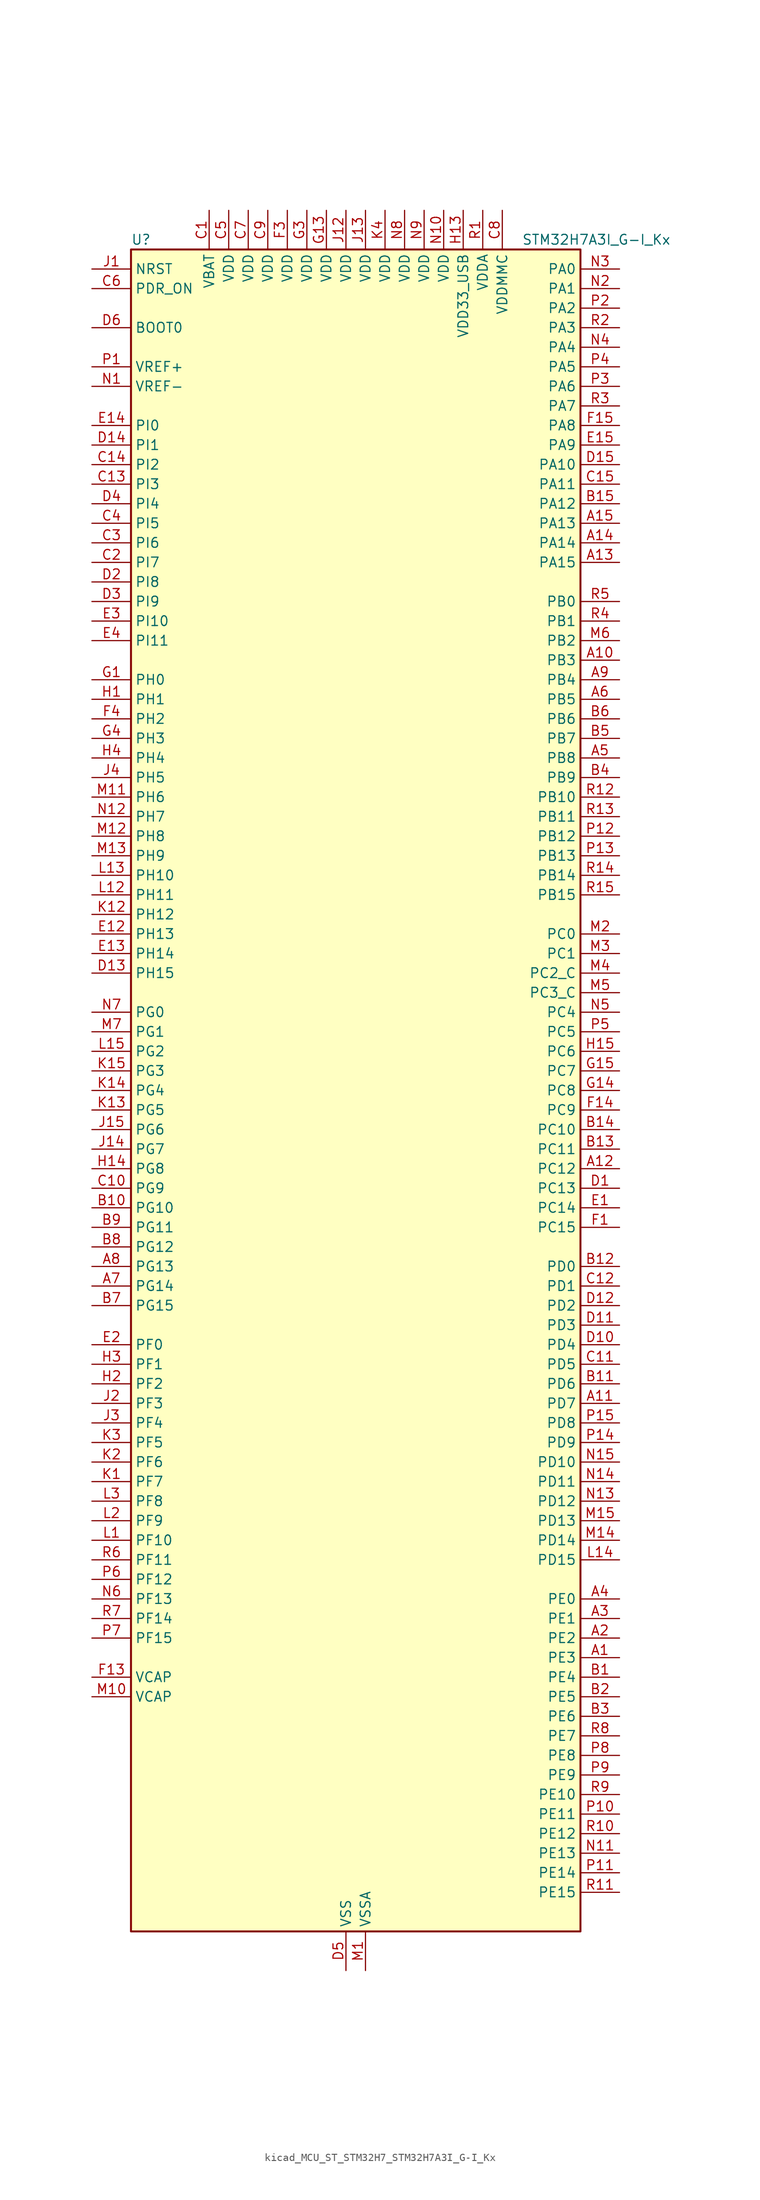
<source format=kicad_sym>
(kicad_symbol_lib
  (version 20220914)
  (generator kicad_symbol_editor)
  (symbol "kicad_MCU_ST_STM32H7_STM32H7A3I_G-I_Kx"
    (property "Reference" "U"
      (at -27.94 110.49 0)
      (effects (font (size 1.27 1.27)) (justify left)))
    (property "Value" "STM32H7A3I_G-I_Kx"
      (at 22.86 110.49 0)
      (effects (font (size 1.27 1.27)) (justify left)))
    (property "ki_locked" ""
      (at 0 0 0)
      (effects (font (size 1.27 1.27))))
    (symbol "kicad_MCU_ST_STM32H7_STM32H7A3I_G-I_Kx_0_1"
      (rectangle (start -27.94 -109.22) (end 30.48 109.22) (stroke (width 0.254) (type default)) (fill (type background))))
    (symbol "kicad_MCU_ST_STM32H7_STM32H7A3I_G-I_Kx_1_1"
      (pin bidirectional line (at 35.56 -73.66 180) (length 5.08) (name "PE3" (effects (font (size 1.27 1.27)))) (number "A1" (effects (font (size 1.27 1.27)))) (alternate "DEBUG_TRACED0" bidirectional line) (alternate "FMC_A19" bidirectional line) (alternate "SAI1_SD_B" bidirectional line) (alternate "TIM15_BKIN" bidirectional line) (alternate "USART10_TX" bidirectional line))
      (pin bidirectional line (at 35.56 55.88 180) (length 5.08) (name "PB3" (effects (font (size 1.27 1.27)))) (number "A10" (effects (font (size 1.27 1.27)))) (alternate "CRS_SYNC" bidirectional line) (alternate "DEBUG_JTDO-SWO" bidirectional line) (alternate "I2S1_CK" bidirectional line) (alternate "I2S3_CK" bidirectional line) (alternate "I2S6_CK" bidirectional line) (alternate "SDMMC2_D2" bidirectional line) (alternate "SPI1_SCK" bidirectional line) (alternate "SPI3_SCK" bidirectional line) (alternate "SPI6_SCK" bidirectional line) (alternate "TIM2_CH2" bidirectional line) (alternate "UART7_RX" bidirectional line))
      (pin bidirectional line (at 35.56 -40.64 180) (length 5.08) (name "PD7" (effects (font (size 1.27 1.27)))) (number "A11" (effects (font (size 1.27 1.27)))) (alternate "DFSDM1_CKIN1" bidirectional line) (alternate "DFSDM1_DATIN4" bidirectional line) (alternate "FMC_NE1" bidirectional line) (alternate "I2S1_SDO" bidirectional line) (alternate "OCTOSPIM_P1_IO7" bidirectional line) (alternate "SDMMC2_CMD" bidirectional line) (alternate "SPDIFRX_IN0" bidirectional line) (alternate "SPI1_MOSI" bidirectional line) (alternate "USART2_CK" bidirectional line))
      (pin bidirectional line (at 35.56 -10.16 180) (length 5.08) (name "PC12" (effects (font (size 1.27 1.27)))) (number "A12" (effects (font (size 1.27 1.27)))) (alternate "DCMI_D9" bidirectional line) (alternate "DEBUG_TRACED3" bidirectional line) (alternate "DFSDM2_CKOUT" bidirectional line) (alternate "I2S3_SDO" bidirectional line) (alternate "I2S6_CK" bidirectional line) (alternate "LTDC_R6" bidirectional line) (alternate "PSSI_D9" bidirectional line) (alternate "SDMMC1_CK" bidirectional line) (alternate "SPI3_MOSI" bidirectional line) (alternate "SPI6_SCK" bidirectional line) (alternate "TIM15_CH1" bidirectional line) (alternate "UART5_TX" bidirectional line) (alternate "USART3_CK" bidirectional line))
      (pin bidirectional line (at 35.56 68.58 180) (length 5.08) (name "PA15" (effects (font (size 1.27 1.27)))) (number "A13" (effects (font (size 1.27 1.27)))) (alternate "ADC1_EXTI15" bidirectional line) (alternate "ADC2_EXTI15" bidirectional line) (alternate "CEC" bidirectional line) (alternate "DEBUG_JTDI" bidirectional line) (alternate "I2S1_WS" bidirectional line) (alternate "I2S3_WS" bidirectional line) (alternate "I2S6_WS" bidirectional line) (alternate "LTDC_B6" bidirectional line) (alternate "LTDC_R3" bidirectional line) (alternate "SPI1_NSS" bidirectional line) (alternate "SPI3_NSS" bidirectional line) (alternate "SPI6_NSS" bidirectional line) (alternate "TIM2_CH1" bidirectional line) (alternate "TIM2_ETR" bidirectional line) (alternate "UART4_DE" bidirectional line) (alternate "UART4_RTS" bidirectional line) (alternate "UART7_TX" bidirectional line))
      (pin bidirectional line (at 35.56 71.12 180) (length 5.08) (name "PA14" (effects (font (size 1.27 1.27)))) (number "A14" (effects (font (size 1.27 1.27)))) (alternate "DEBUG_JTCK-SWCLK" bidirectional line))
      (pin bidirectional line (at 35.56 73.66 180) (length 5.08) (name "PA13" (effects (font (size 1.27 1.27)))) (number "A15" (effects (font (size 1.27 1.27)))) (alternate "DEBUG_JTMS-SWDIO" bidirectional line))
      (pin bidirectional line (at 35.56 -71.12 180) (length 5.08) (name "PE2" (effects (font (size 1.27 1.27)))) (number "A2" (effects (font (size 1.27 1.27)))) (alternate "DEBUG_TRACECLK" bidirectional line) (alternate "FMC_A23" bidirectional line) (alternate "OCTOSPIM_P1_IO2" bidirectional line) (alternate "SAI1_CK1" bidirectional line) (alternate "SAI1_MCLK_A" bidirectional line) (alternate "SPI4_SCK" bidirectional line) (alternate "USART10_RX" bidirectional line))
      (pin bidirectional line (at 35.56 -68.58 180) (length 5.08) (name "PE1" (effects (font (size 1.27 1.27)))) (number "A3" (effects (font (size 1.27 1.27)))) (alternate "DCMI_D3" bidirectional line) (alternate "FMC_NBL1" bidirectional line) (alternate "LPTIM1_IN2" bidirectional line) (alternate "LTDC_R6" bidirectional line) (alternate "PSSI_D3" bidirectional line) (alternate "UART8_TX" bidirectional line))
      (pin bidirectional line (at 35.56 -66.04 180) (length 5.08) (name "PE0" (effects (font (size 1.27 1.27)))) (number "A4" (effects (font (size 1.27 1.27)))) (alternate "DCMI_D2" bidirectional line) (alternate "FMC_NBL0" bidirectional line) (alternate "LPTIM1_ETR" bidirectional line) (alternate "LPTIM2_ETR" bidirectional line) (alternate "LTDC_R0" bidirectional line) (alternate "PSSI_D2" bidirectional line) (alternate "SAI2_MCLK_A" bidirectional line) (alternate "TIM4_ETR" bidirectional line) (alternate "UART8_RX" bidirectional line))
      (pin bidirectional line (at 35.56 43.18 180) (length 5.08) (name "PB8" (effects (font (size 1.27 1.27)))) (number "A5" (effects (font (size 1.27 1.27)))) (alternate "DCMI_D6" bidirectional line) (alternate "DFSDM1_CKIN7" bidirectional line) (alternate "FDCAN1_RX" bidirectional line) (alternate "I2C1_SCL" bidirectional line) (alternate "I2C4_SCL" bidirectional line) (alternate "LTDC_B6" bidirectional line) (alternate "PSSI_D6" bidirectional line) (alternate "SDMMC1_CKIN" bidirectional line) (alternate "SDMMC1_D4" bidirectional line) (alternate "SDMMC2_D4" bidirectional line) (alternate "TIM16_CH1" bidirectional line) (alternate "TIM4_CH3" bidirectional line) (alternate "UART4_RX" bidirectional line))
      (pin bidirectional line (at 35.56 50.8 180) (length 5.08) (name "PB5" (effects (font (size 1.27 1.27)))) (number "A6" (effects (font (size 1.27 1.27)))) (alternate "DCMI_D10" bidirectional line) (alternate "FDCAN2_RX" bidirectional line) (alternate "FMC_SDCKE1" bidirectional line) (alternate "I2C1_SMBA" bidirectional line) (alternate "I2C4_SMBA" bidirectional line) (alternate "I2S1_SDO" bidirectional line) (alternate "I2S3_SDO" bidirectional line) (alternate "I2S6_SDO" bidirectional line) (alternate "LTDC_B5" bidirectional line) (alternate "PSSI_D10" bidirectional line) (alternate "SPI1_MOSI" bidirectional line) (alternate "SPI3_MOSI" bidirectional line) (alternate "SPI6_MOSI" bidirectional line) (alternate "TIM17_BKIN" bidirectional line) (alternate "TIM3_CH2" bidirectional line) (alternate "UART5_RX" bidirectional line) (alternate "USB_OTG_HS_ULPI_D7" bidirectional line))
      (pin bidirectional line (at -33.02 -25.4 0) (length 5.08) (name "PG14" (effects (font (size 1.27 1.27)))) (number "A7" (effects (font (size 1.27 1.27)))) (alternate "DEBUG_TRACED1" bidirectional line) (alternate "FMC_A25" bidirectional line) (alternate "I2S6_SDO" bidirectional line) (alternate "LPTIM1_ETR" bidirectional line) (alternate "LTDC_B0" bidirectional line) (alternate "OCTOSPIM_P1_IO7" bidirectional line) (alternate "SDMMC2_D7" bidirectional line) (alternate "SPI6_MOSI" bidirectional line) (alternate "USART10_DE" bidirectional line) (alternate "USART10_RTS" bidirectional line) (alternate "USART6_TX" bidirectional line))
      (pin bidirectional line (at -33.02 -22.86 0) (length 5.08) (name "PG13" (effects (font (size 1.27 1.27)))) (number "A8" (effects (font (size 1.27 1.27)))) (alternate "DEBUG_TRACED0" bidirectional line) (alternate "FMC_A24" bidirectional line) (alternate "I2S6_CK" bidirectional line) (alternate "LPTIM1_OUT" bidirectional line) (alternate "LTDC_R0" bidirectional line) (alternate "SDMMC2_D6" bidirectional line) (alternate "SPI6_SCK" bidirectional line) (alternate "USART10_CTS" bidirectional line) (alternate "USART10_NSS" bidirectional line) (alternate "USART6_CTS" bidirectional line) (alternate "USART6_NSS" bidirectional line))
      (pin bidirectional line (at 35.56 53.34 180) (length 5.08) (name "PB4" (effects (font (size 1.27 1.27)))) (number "A9" (effects (font (size 1.27 1.27)))) (alternate "DEBUG_JTRST" bidirectional line) (alternate "I2S1_SDI" bidirectional line) (alternate "I2S2_WS" bidirectional line) (alternate "I2S3_SDI" bidirectional line) (alternate "I2S6_SDI" bidirectional line) (alternate "SDMMC2_D3" bidirectional line) (alternate "SPI1_MISO" bidirectional line) (alternate "SPI2_NSS" bidirectional line) (alternate "SPI3_MISO" bidirectional line) (alternate "SPI6_MISO" bidirectional line) (alternate "TIM16_BKIN" bidirectional line) (alternate "TIM3_CH1" bidirectional line) (alternate "UART7_TX" bidirectional line))
      (pin bidirectional line (at 35.56 -76.2 180) (length 5.08) (name "PE4" (effects (font (size 1.27 1.27)))) (number "B1" (effects (font (size 1.27 1.27)))) (alternate "DCMI_D4" bidirectional line) (alternate "DEBUG_TRACED1" bidirectional line) (alternate "DFSDM1_DATIN3" bidirectional line) (alternate "FMC_A20" bidirectional line) (alternate "LTDC_B0" bidirectional line) (alternate "PSSI_D4" bidirectional line) (alternate "SAI1_D2" bidirectional line) (alternate "SAI1_FS_A" bidirectional line) (alternate "SPI4_NSS" bidirectional line) (alternate "TIM15_CH1N" bidirectional line))
      (pin bidirectional line (at -33.02 -15.24 0) (length 5.08) (name "PG10" (effects (font (size 1.27 1.27)))) (number "B10" (effects (font (size 1.27 1.27)))) (alternate "DCMI_D2" bidirectional line) (alternate "FMC_NE3" bidirectional line) (alternate "I2S1_WS" bidirectional line) (alternate "LTDC_B2" bidirectional line) (alternate "LTDC_G3" bidirectional line) (alternate "OCTOSPIM_P2_IO6" bidirectional line) (alternate "PSSI_D2" bidirectional line) (alternate "SAI2_SD_B" bidirectional line) (alternate "SDMMC2_D1" bidirectional line) (alternate "SPI1_NSS" bidirectional line))
      (pin bidirectional line (at 35.56 -38.1 180) (length 5.08) (name "PD6" (effects (font (size 1.27 1.27)))) (number "B11" (effects (font (size 1.27 1.27)))) (alternate "DCMI_D10" bidirectional line) (alternate "DFSDM1_CKIN4" bidirectional line) (alternate "DFSDM1_DATIN1" bidirectional line) (alternate "FMC_NWAIT" bidirectional line) (alternate "I2S3_SDO" bidirectional line) (alternate "LTDC_B2" bidirectional line) (alternate "OCTOSPIM_P1_IO6" bidirectional line) (alternate "PSSI_D10" bidirectional line) (alternate "SAI1_D1" bidirectional line) (alternate "SAI1_SD_A" bidirectional line) (alternate "SDMMC2_CK" bidirectional line) (alternate "SPI3_MOSI" bidirectional line) (alternate "USART2_RX" bidirectional line))
      (pin bidirectional line (at 35.56 -22.86 180) (length 5.08) (name "PD0" (effects (font (size 1.27 1.27)))) (number "B12" (effects (font (size 1.27 1.27)))) (alternate "DFSDM1_CKIN6" bidirectional line) (alternate "FDCAN1_RX" bidirectional line) (alternate "FMC_D2" bidirectional line) (alternate "FMC_DA2" bidirectional line) (alternate "LTDC_B1" bidirectional line) (alternate "UART4_RX" bidirectional line) (alternate "UART9_CTS" bidirectional line))
      (pin bidirectional line (at 35.56 -7.62 180) (length 5.08) (name "PC11" (effects (font (size 1.27 1.27)))) (number "B13" (effects (font (size 1.27 1.27)))) (alternate "ADC1_EXTI11" bidirectional line) (alternate "ADC2_EXTI11" bidirectional line) (alternate "DCMI_D4" bidirectional line) (alternate "DFSDM1_DATIN5" bidirectional line) (alternate "DFSDM2_DATIN0" bidirectional line) (alternate "I2S3_SDI" bidirectional line) (alternate "LTDC_B4" bidirectional line) (alternate "OCTOSPIM_P1_NCS" bidirectional line) (alternate "PSSI_D4" bidirectional line) (alternate "SDMMC1_D3" bidirectional line) (alternate "SPI3_MISO" bidirectional line) (alternate "UART4_RX" bidirectional line) (alternate "USART3_RX" bidirectional line))
      (pin bidirectional line (at 35.56 -5.08 180) (length 5.08) (name "PC10" (effects (font (size 1.27 1.27)))) (number "B14" (effects (font (size 1.27 1.27)))) (alternate "DCMI_D8" bidirectional line) (alternate "DFSDM1_CKIN5" bidirectional line) (alternate "DFSDM2_CKIN0" bidirectional line) (alternate "I2S3_CK" bidirectional line) (alternate "LTDC_B1" bidirectional line) (alternate "LTDC_R2" bidirectional line) (alternate "OCTOSPIM_P1_IO1" bidirectional line) (alternate "PSSI_D8" bidirectional line) (alternate "SDMMC1_D2" bidirectional line) (alternate "SPI3_SCK" bidirectional line) (alternate "SWPMI1_RX" bidirectional line) (alternate "UART4_TX" bidirectional line) (alternate "USART3_TX" bidirectional line))
      (pin bidirectional line (at 35.56 76.2 180) (length 5.08) (name "PA12" (effects (font (size 1.27 1.27)))) (number "B15" (effects (font (size 1.27 1.27)))) (alternate "FDCAN1_TX" bidirectional line) (alternate "I2S2_CK" bidirectional line) (alternate "LPUART1_DE" bidirectional line) (alternate "LPUART1_RTS" bidirectional line) (alternate "LTDC_R5" bidirectional line) (alternate "SAI2_FS_B" bidirectional line) (alternate "SPI2_SCK" bidirectional line) (alternate "TIM1_ETR" bidirectional line) (alternate "UART4_TX" bidirectional line) (alternate "USART1_DE" bidirectional line) (alternate "USART1_RTS" bidirectional line) (alternate "USB_OTG_HS_DP" bidirectional line))
      (pin bidirectional line (at 35.56 -78.74 180) (length 5.08) (name "PE5" (effects (font (size 1.27 1.27)))) (number "B2" (effects (font (size 1.27 1.27)))) (alternate "DCMI_D6" bidirectional line) (alternate "DEBUG_TRACED2" bidirectional line) (alternate "DFSDM1_CKIN3" bidirectional line) (alternate "FMC_A21" bidirectional line) (alternate "LTDC_G0" bidirectional line) (alternate "PSSI_D6" bidirectional line) (alternate "SAI1_CK2" bidirectional line) (alternate "SAI1_SCK_A" bidirectional line) (alternate "SPI4_MISO" bidirectional line) (alternate "TIM15_CH1" bidirectional line))
      (pin bidirectional line (at 35.56 -81.28 180) (length 5.08) (name "PE6" (effects (font (size 1.27 1.27)))) (number "B3" (effects (font (size 1.27 1.27)))) (alternate "DCMI_D7" bidirectional line) (alternate "DEBUG_TRACED3" bidirectional line) (alternate "FMC_A22" bidirectional line) (alternate "LTDC_G1" bidirectional line) (alternate "PSSI_D7" bidirectional line) (alternate "SAI1_D1" bidirectional line) (alternate "SAI1_SD_A" bidirectional line) (alternate "SAI2_MCLK_B" bidirectional line) (alternate "SPI4_MOSI" bidirectional line) (alternate "TIM15_CH2" bidirectional line) (alternate "TIM1_BKIN2" bidirectional line) (alternate "TIM1_BKIN2_COMP1" bidirectional line) (alternate "TIM1_BKIN2_COMP2" bidirectional line))
      (pin bidirectional line (at 35.56 40.64 180) (length 5.08) (name "PB9" (effects (font (size 1.27 1.27)))) (number "B4" (effects (font (size 1.27 1.27)))) (alternate "DAC1_EXTI9" bidirectional line) (alternate "DCMI_D7" bidirectional line) (alternate "DFSDM1_DATIN7" bidirectional line) (alternate "FDCAN1_TX" bidirectional line) (alternate "I2C1_SDA" bidirectional line) (alternate "I2C4_SDA" bidirectional line) (alternate "I2C4_SMBA" bidirectional line) (alternate "I2S2_WS" bidirectional line) (alternate "LTDC_B7" bidirectional line) (alternate "PSSI_D7" bidirectional line) (alternate "SDMMC1_CDIR" bidirectional line) (alternate "SDMMC1_D5" bidirectional line) (alternate "SDMMC2_D5" bidirectional line) (alternate "SPI2_NSS" bidirectional line) (alternate "TIM17_CH1" bidirectional line) (alternate "TIM4_CH4" bidirectional line) (alternate "UART4_TX" bidirectional line))
      (pin bidirectional line (at 35.56 45.72 180) (length 5.08) (name "PB7" (effects (font (size 1.27 1.27)))) (number "B5" (effects (font (size 1.27 1.27)))) (alternate "DCMI_VSYNC" bidirectional line) (alternate "DFSDM1_CKIN5" bidirectional line) (alternate "FMC_NL" bidirectional line) (alternate "I2C1_SDA" bidirectional line) (alternate "I2C4_SDA" bidirectional line) (alternate "LPUART1_RX" bidirectional line) (alternate "PSSI_RDY" bidirectional line) (alternate "PWR_PVD_IN" bidirectional line) (alternate "TIM17_CH1N" bidirectional line) (alternate "TIM4_CH2" bidirectional line) (alternate "USART1_RX" bidirectional line))
      (pin bidirectional line (at 35.56 48.26 180) (length 5.08) (name "PB6" (effects (font (size 1.27 1.27)))) (number "B6" (effects (font (size 1.27 1.27)))) (alternate "CEC" bidirectional line) (alternate "DCMI_D5" bidirectional line) (alternate "DFSDM1_DATIN5" bidirectional line) (alternate "FDCAN2_TX" bidirectional line) (alternate "FMC_SDNE1" bidirectional line) (alternate "I2C1_SCL" bidirectional line) (alternate "I2C4_SCL" bidirectional line) (alternate "LPUART1_TX" bidirectional line) (alternate "OCTOSPIM_P1_NCS" bidirectional line) (alternate "PSSI_D5" bidirectional line) (alternate "TIM16_CH1N" bidirectional line) (alternate "TIM4_CH1" bidirectional line) (alternate "UART5_TX" bidirectional line) (alternate "USART1_TX" bidirectional line))
      (pin bidirectional line (at -33.02 -27.94 0) (length 5.08) (name "PG15" (effects (font (size 1.27 1.27)))) (number "B7" (effects (font (size 1.27 1.27)))) (alternate "ADC1_EXTI15" bidirectional line) (alternate "ADC2_EXTI15" bidirectional line) (alternate "DCMI_D13" bidirectional line) (alternate "FMC_SDNCAS" bidirectional line) (alternate "OCTOSPIM_P2_DQS" bidirectional line) (alternate "PSSI_D13" bidirectional line) (alternate "USART10_CK" bidirectional line) (alternate "USART6_CTS" bidirectional line) (alternate "USART6_NSS" bidirectional line))
      (pin bidirectional line (at -33.02 -20.32 0) (length 5.08) (name "PG12" (effects (font (size 1.27 1.27)))) (number "B8" (effects (font (size 1.27 1.27)))) (alternate "FMC_NE4" bidirectional line) (alternate "I2S6_SDI" bidirectional line) (alternate "LPTIM1_IN1" bidirectional line) (alternate "LTDC_B1" bidirectional line) (alternate "LTDC_B4" bidirectional line) (alternate "OCTOSPIM_P2_NCS" bidirectional line) (alternate "SDMMC2_D3" bidirectional line) (alternate "SPDIFRX_IN1" bidirectional line) (alternate "SPI6_MISO" bidirectional line) (alternate "USART10_TX" bidirectional line) (alternate "USART6_DE" bidirectional line) (alternate "USART6_RTS" bidirectional line))
      (pin bidirectional line (at -33.02 -17.78 0) (length 5.08) (name "PG11" (effects (font (size 1.27 1.27)))) (number "B9" (effects (font (size 1.27 1.27)))) (alternate "ADC1_EXTI11" bidirectional line) (alternate "ADC2_EXTI11" bidirectional line) (alternate "DCMI_D3" bidirectional line) (alternate "I2S1_CK" bidirectional line) (alternate "LPTIM1_IN2" bidirectional line) (alternate "LTDC_B3" bidirectional line) (alternate "OCTOSPIM_P2_IO7" bidirectional line) (alternate "PSSI_D3" bidirectional line) (alternate "SDMMC2_D2" bidirectional line) (alternate "SPDIFRX_IN0" bidirectional line) (alternate "SPI1_SCK" bidirectional line) (alternate "USART10_RX" bidirectional line))
      (pin power_in line (at -17.78 114.3 270) (length 5.08) (name "VBAT" (effects (font (size 1.27 1.27)))) (number "C1" (effects (font (size 1.27 1.27)))))
      (pin bidirectional line (at -33.02 -12.7 0) (length 5.08) (name "PG9" (effects (font (size 1.27 1.27)))) (number "C10" (effects (font (size 1.27 1.27)))) (alternate "DAC1_EXTI9" bidirectional line) (alternate "DCMI_VSYNC" bidirectional line) (alternate "FMC_NCE" bidirectional line) (alternate "FMC_NE2" bidirectional line) (alternate "I2S1_SDI" bidirectional line) (alternate "OCTOSPIM_P1_IO6" bidirectional line) (alternate "PSSI_RDY" bidirectional line) (alternate "SAI2_FS_B" bidirectional line) (alternate "SDMMC2_D0" bidirectional line) (alternate "SPDIFRX_IN3" bidirectional line) (alternate "SPI1_MISO" bidirectional line) (alternate "USART6_RX" bidirectional line))
      (pin bidirectional line (at 35.56 -35.56 180) (length 5.08) (name "PD5" (effects (font (size 1.27 1.27)))) (number "C11" (effects (font (size 1.27 1.27)))) (alternate "FMC_NWE" bidirectional line) (alternate "OCTOSPIM_P1_IO5" bidirectional line) (alternate "USART2_TX" bidirectional line))
      (pin bidirectional line (at 35.56 -25.4 180) (length 5.08) (name "PD1" (effects (font (size 1.27 1.27)))) (number "C12" (effects (font (size 1.27 1.27)))) (alternate "DFSDM1_DATIN6" bidirectional line) (alternate "FDCAN1_TX" bidirectional line) (alternate "FMC_D3" bidirectional line) (alternate "FMC_DA3" bidirectional line) (alternate "UART4_TX" bidirectional line))
      (pin bidirectional line (at -33.02 78.74 0) (length 5.08) (name "PI3" (effects (font (size 1.27 1.27)))) (number "C13" (effects (font (size 1.27 1.27)))) (alternate "DCMI_D10" bidirectional line) (alternate "FMC_D27" bidirectional line) (alternate "I2S2_SDO" bidirectional line) (alternate "PSSI_D10" bidirectional line) (alternate "SPI2_MOSI" bidirectional line) (alternate "TIM8_ETR" bidirectional line))
      (pin bidirectional line (at -33.02 81.28 0) (length 5.08) (name "PI2" (effects (font (size 1.27 1.27)))) (number "C14" (effects (font (size 1.27 1.27)))) (alternate "DCMI_D9" bidirectional line) (alternate "FMC_D26" bidirectional line) (alternate "I2S2_SDI" bidirectional line) (alternate "LTDC_G7" bidirectional line) (alternate "PSSI_D9" bidirectional line) (alternate "SPI2_MISO" bidirectional line) (alternate "TIM8_CH4" bidirectional line))
      (pin bidirectional line (at 35.56 78.74 180) (length 5.08) (name "PA11" (effects (font (size 1.27 1.27)))) (number "C15" (effects (font (size 1.27 1.27)))) (alternate "ADC1_EXTI11" bidirectional line) (alternate "ADC2_EXTI11" bidirectional line) (alternate "FDCAN1_RX" bidirectional line) (alternate "I2S2_WS" bidirectional line) (alternate "LPUART1_CTS" bidirectional line) (alternate "LTDC_R4" bidirectional line) (alternate "SPI2_NSS" bidirectional line) (alternate "TIM1_CH4" bidirectional line) (alternate "UART4_RX" bidirectional line) (alternate "USART1_CTS" bidirectional line) (alternate "USART1_NSS" bidirectional line) (alternate "USB_OTG_HS_DM" bidirectional line))
      (pin bidirectional line (at -33.02 68.58 0) (length 5.08) (name "PI7" (effects (font (size 1.27 1.27)))) (number "C2" (effects (font (size 1.27 1.27)))) (alternate "DCMI_D7" bidirectional line) (alternate "FMC_D29" bidirectional line) (alternate "LTDC_B7" bidirectional line) (alternate "PSSI_D7" bidirectional line) (alternate "SAI2_FS_A" bidirectional line) (alternate "TIM8_CH3" bidirectional line))
      (pin bidirectional line (at -33.02 71.12 0) (length 5.08) (name "PI6" (effects (font (size 1.27 1.27)))) (number "C3" (effects (font (size 1.27 1.27)))) (alternate "DCMI_D6" bidirectional line) (alternate "FMC_D28" bidirectional line) (alternate "LTDC_B6" bidirectional line) (alternate "PSSI_D6" bidirectional line) (alternate "SAI2_SD_A" bidirectional line) (alternate "TIM8_CH2" bidirectional line))
      (pin bidirectional line (at -33.02 73.66 0) (length 5.08) (name "PI5" (effects (font (size 1.27 1.27)))) (number "C4" (effects (font (size 1.27 1.27)))) (alternate "DCMI_VSYNC" bidirectional line) (alternate "FMC_NBL3" bidirectional line) (alternate "LTDC_B5" bidirectional line) (alternate "PSSI_RDY" bidirectional line) (alternate "SAI2_SCK_A" bidirectional line) (alternate "TIM8_CH1" bidirectional line))
      (pin power_in line (at -15.24 114.3 270) (length 5.08) (name "VDD" (effects (font (size 1.27 1.27)))) (number "C5" (effects (font (size 1.27 1.27)))))
      (pin input line (at -33.02 104.14 0) (length 5.08) (name "PDR_ON" (effects (font (size 1.27 1.27)))) (number "C6" (effects (font (size 1.27 1.27)))))
      (pin power_in line (at -12.7 114.3 270) (length 5.08) (name "VDD" (effects (font (size 1.27 1.27)))) (number "C7" (effects (font (size 1.27 1.27)))))
      (pin power_in line (at 20.32 114.3 270) (length 5.08) (name "VDDMMC" (effects (font (size 1.27 1.27)))) (number "C8" (effects (font (size 1.27 1.27)))))
      (pin power_in line (at -10.16 114.3 270) (length 5.08) (name "VDD" (effects (font (size 1.27 1.27)))) (number "C9" (effects (font (size 1.27 1.27)))))
      (pin bidirectional line (at 35.56 -12.7 180) (length 5.08) (name "PC13" (effects (font (size 1.27 1.27)))) (number "D1" (effects (font (size 1.27 1.27)))) (alternate "PWR_WKUP4" bidirectional line) (alternate "RTC_OUT_ALARM" bidirectional line) (alternate "RTC_OUT_CALIB" bidirectional line) (alternate "RTC_TAMP1" bidirectional line) (alternate "RTC_TS" bidirectional line))
      (pin bidirectional line (at 35.56 -33.02 180) (length 5.08) (name "PD4" (effects (font (size 1.27 1.27)))) (number "D10" (effects (font (size 1.27 1.27)))) (alternate "FMC_NOE" bidirectional line) (alternate "OCTOSPIM_P1_IO4" bidirectional line) (alternate "USART2_DE" bidirectional line) (alternate "USART2_RTS" bidirectional line))
      (pin bidirectional line (at 35.56 -30.48 180) (length 5.08) (name "PD3" (effects (font (size 1.27 1.27)))) (number "D11" (effects (font (size 1.27 1.27)))) (alternate "DCMI_D5" bidirectional line) (alternate "DFSDM1_CKOUT" bidirectional line) (alternate "FMC_CLK" bidirectional line) (alternate "I2S2_CK" bidirectional line) (alternate "LTDC_G7" bidirectional line) (alternate "PSSI_D5" bidirectional line) (alternate "SPI2_SCK" bidirectional line) (alternate "USART2_CTS" bidirectional line) (alternate "USART2_NSS" bidirectional line))
      (pin bidirectional line (at 35.56 -27.94 180) (length 5.08) (name "PD2" (effects (font (size 1.27 1.27)))) (number "D12" (effects (font (size 1.27 1.27)))) (alternate "DCMI_D11" bidirectional line) (alternate "DEBUG_TRACED2" bidirectional line) (alternate "LTDC_B2" bidirectional line) (alternate "LTDC_B7" bidirectional line) (alternate "PSSI_D11" bidirectional line) (alternate "SDMMC1_CMD" bidirectional line) (alternate "TIM15_BKIN" bidirectional line) (alternate "TIM3_ETR" bidirectional line) (alternate "UART5_RX" bidirectional line))
      (pin bidirectional line (at -33.02 15.24 0) (length 5.08) (name "PH15" (effects (font (size 1.27 1.27)))) (number "D13" (effects (font (size 1.27 1.27)))) (alternate "ADC1_EXTI15" bidirectional line) (alternate "ADC2_EXTI15" bidirectional line) (alternate "DCMI_D11" bidirectional line) (alternate "FMC_D23" bidirectional line) (alternate "LTDC_G4" bidirectional line) (alternate "PSSI_D11" bidirectional line) (alternate "TIM8_CH3N" bidirectional line))
      (pin bidirectional line (at -33.02 83.82 0) (length 5.08) (name "PI1" (effects (font (size 1.27 1.27)))) (number "D14" (effects (font (size 1.27 1.27)))) (alternate "DCMI_D8" bidirectional line) (alternate "FMC_D25" bidirectional line) (alternate "I2S2_CK" bidirectional line) (alternate "LTDC_G6" bidirectional line) (alternate "PSSI_D8" bidirectional line) (alternate "SPI2_SCK" bidirectional line) (alternate "TIM8_BKIN2" bidirectional line) (alternate "TIM8_BKIN2_COMP1" bidirectional line) (alternate "TIM8_BKIN2_COMP2" bidirectional line))
      (pin bidirectional line (at 35.56 81.28 180) (length 5.08) (name "PA10" (effects (font (size 1.27 1.27)))) (number "D15" (effects (font (size 1.27 1.27)))) (alternate "DCMI_D1" bidirectional line) (alternate "LPUART1_RX" bidirectional line) (alternate "LTDC_B1" bidirectional line) (alternate "LTDC_B4" bidirectional line) (alternate "MDIOS_MDIO" bidirectional line) (alternate "PSSI_D1" bidirectional line) (alternate "TIM1_CH3" bidirectional line) (alternate "USART1_RX" bidirectional line) (alternate "USB_OTG_HS_ID" bidirectional line))
      (pin bidirectional line (at -33.02 66.04 0) (length 5.08) (name "PI8" (effects (font (size 1.27 1.27)))) (number "D2" (effects (font (size 1.27 1.27)))) (alternate "PWR_WKUP3" bidirectional line) (alternate "RTC_OUT_ALARM" bidirectional line) (alternate "RTC_TAMP2" bidirectional line))
      (pin bidirectional line (at -33.02 63.5 0) (length 5.08) (name "PI9" (effects (font (size 1.27 1.27)))) (number "D3" (effects (font (size 1.27 1.27)))) (alternate "DAC1_EXTI9" bidirectional line) (alternate "FDCAN1_RX" bidirectional line) (alternate "FMC_D30" bidirectional line) (alternate "LTDC_VSYNC" bidirectional line) (alternate "OCTOSPIM_P2_IO0" bidirectional line) (alternate "UART4_RX" bidirectional line))
      (pin bidirectional line (at -33.02 76.2 0) (length 5.08) (name "PI4" (effects (font (size 1.27 1.27)))) (number "D4" (effects (font (size 1.27 1.27)))) (alternate "DCMI_D5" bidirectional line) (alternate "FMC_NBL2" bidirectional line) (alternate "LTDC_B4" bidirectional line) (alternate "PSSI_D5" bidirectional line) (alternate "SAI2_MCLK_A" bidirectional line) (alternate "TIM8_BKIN" bidirectional line) (alternate "TIM8_BKIN_COMP1" bidirectional line) (alternate "TIM8_BKIN_COMP2" bidirectional line))
      (pin power_in line (at 0 -114.3 90) (length 5.08) (name "VSS" (effects (font (size 1.27 1.27)))) (number "D5" (effects (font (size 1.27 1.27)))))
      (pin input line (at -33.02 99.06 0) (length 5.08) (name "BOOT0" (effects (font (size 1.27 1.27)))) (number "D6" (effects (font (size 1.27 1.27)))))
      (pin passive line (at 0 -114.3 90) (length 5.08) hide (name "VSS" (effects (font (size 1.27 1.27)))) (number "D7" (effects (font (size 1.27 1.27)))))
      (pin passive line (at 0 -114.3 90) (length 5.08) hide (name "VSS" (effects (font (size 1.27 1.27)))) (number "D8" (effects (font (size 1.27 1.27)))))
      (pin passive line (at 0 -114.3 90) (length 5.08) hide (name "VSS" (effects (font (size 1.27 1.27)))) (number "D9" (effects (font (size 1.27 1.27)))))
      (pin bidirectional line (at 35.56 -15.24 180) (length 5.08) (name "PC14" (effects (font (size 1.27 1.27)))) (number "E1" (effects (font (size 1.27 1.27)))) (alternate "RCC_OSC32_IN" bidirectional line))
      (pin bidirectional line (at -33.02 20.32 0) (length 5.08) (name "PH13" (effects (font (size 1.27 1.27)))) (number "E12" (effects (font (size 1.27 1.27)))) (alternate "FDCAN1_TX" bidirectional line) (alternate "FMC_D21" bidirectional line) (alternate "LTDC_G2" bidirectional line) (alternate "TIM8_CH1N" bidirectional line) (alternate "UART4_TX" bidirectional line))
      (pin bidirectional line (at -33.02 17.78 0) (length 5.08) (name "PH14" (effects (font (size 1.27 1.27)))) (number "E13" (effects (font (size 1.27 1.27)))) (alternate "DCMI_D4" bidirectional line) (alternate "FDCAN1_RX" bidirectional line) (alternate "FMC_D22" bidirectional line) (alternate "LTDC_G3" bidirectional line) (alternate "PSSI_D4" bidirectional line) (alternate "TIM8_CH2N" bidirectional line) (alternate "UART4_RX" bidirectional line))
      (pin bidirectional line (at -33.02 86.36 0) (length 5.08) (name "PI0" (effects (font (size 1.27 1.27)))) (number "E14" (effects (font (size 1.27 1.27)))) (alternate "DCMI_D13" bidirectional line) (alternate "FMC_D24" bidirectional line) (alternate "I2S2_WS" bidirectional line) (alternate "LTDC_G5" bidirectional line) (alternate "PSSI_D13" bidirectional line) (alternate "SPI2_NSS" bidirectional line) (alternate "TIM5_CH4" bidirectional line))
      (pin bidirectional line (at 35.56 83.82 180) (length 5.08) (name "PA9" (effects (font (size 1.27 1.27)))) (number "E15" (effects (font (size 1.27 1.27)))) (alternate "DAC1_EXTI9" bidirectional line) (alternate "DCMI_D0" bidirectional line) (alternate "I2C3_SMBA" bidirectional line) (alternate "I2S2_CK" bidirectional line) (alternate "LPUART1_TX" bidirectional line) (alternate "LTDC_R5" bidirectional line) (alternate "PSSI_D0" bidirectional line) (alternate "SPI2_SCK" bidirectional line) (alternate "TIM1_CH2" bidirectional line) (alternate "USART1_TX" bidirectional line) (alternate "USB_OTG_HS_VBUS" bidirectional line))
      (pin bidirectional line (at -33.02 -33.02 0) (length 5.08) (name "PF0" (effects (font (size 1.27 1.27)))) (number "E2" (effects (font (size 1.27 1.27)))) (alternate "FMC_A0" bidirectional line) (alternate "I2C2_SDA" bidirectional line) (alternate "OCTOSPIM_P2_IO0" bidirectional line))
      (pin bidirectional line (at -33.02 60.96 0) (length 5.08) (name "PI10" (effects (font (size 1.27 1.27)))) (number "E3" (effects (font (size 1.27 1.27)))) (alternate "FMC_D31" bidirectional line) (alternate "LTDC_HSYNC" bidirectional line) (alternate "OCTOSPIM_P2_IO1" bidirectional line) (alternate "PSSI_D14" bidirectional line))
      (pin bidirectional line (at -33.02 58.42 0) (length 5.08) (name "PI11" (effects (font (size 1.27 1.27)))) (number "E4" (effects (font (size 1.27 1.27)))) (alternate "ADC1_EXTI11" bidirectional line) (alternate "ADC2_EXTI11" bidirectional line) (alternate "LTDC_G6" bidirectional line) (alternate "OCTOSPIM_P2_IO2" bidirectional line) (alternate "PSSI_D15" bidirectional line) (alternate "PWR_WKUP5" bidirectional line) (alternate "USB_OTG_HS_ULPI_DIR" bidirectional line))
      (pin bidirectional line (at 35.56 -17.78 180) (length 5.08) (name "PC15" (effects (font (size 1.27 1.27)))) (number "F1" (effects (font (size 1.27 1.27)))) (alternate "ADC1_EXTI15" bidirectional line) (alternate "ADC2_EXTI15" bidirectional line) (alternate "RCC_OSC32_OUT" bidirectional line))
      (pin passive line (at 0 -114.3 90) (length 5.08) hide (name "VSS" (effects (font (size 1.27 1.27)))) (number "F10" (effects (font (size 1.27 1.27)))))
      (pin passive line (at 0 -114.3 90) (length 5.08) hide (name "VSS" (effects (font (size 1.27 1.27)))) (number "F12" (effects (font (size 1.27 1.27)))))
      (pin power_out line (at -33.02 -76.2 0) (length 5.08) (name "VCAP" (effects (font (size 1.27 1.27)))) (number "F13" (effects (font (size 1.27 1.27)))))
      (pin bidirectional line (at 35.56 -2.54 180) (length 5.08) (name "PC9" (effects (font (size 1.27 1.27)))) (number "F14" (effects (font (size 1.27 1.27)))) (alternate "DAC1_EXTI9" bidirectional line) (alternate "DCMI_D3" bidirectional line) (alternate "I2C3_SDA" bidirectional line) (alternate "I2S_CKIN" bidirectional line) (alternate "LTDC_B2" bidirectional line) (alternate "LTDC_G3" bidirectional line) (alternate "OCTOSPIM_P1_IO0" bidirectional line) (alternate "PSSI_D3" bidirectional line) (alternate "RCC_MCO_2" bidirectional line) (alternate "SDMMC1_D1" bidirectional line) (alternate "SWPMI1_SUSPEND" bidirectional line) (alternate "TIM3_CH4" bidirectional line) (alternate "TIM8_CH4" bidirectional line) (alternate "UART5_CTS" bidirectional line))
      (pin bidirectional line (at 35.56 86.36 180) (length 5.08) (name "PA8" (effects (font (size 1.27 1.27)))) (number "F15" (effects (font (size 1.27 1.27)))) (alternate "I2C3_SCL" bidirectional line) (alternate "LTDC_B3" bidirectional line) (alternate "LTDC_R6" bidirectional line) (alternate "RCC_MCO_1" bidirectional line) (alternate "TIM1_CH1" bidirectional line) (alternate "TIM8_BKIN2" bidirectional line) (alternate "TIM8_BKIN2_COMP1" bidirectional line) (alternate "TIM8_BKIN2_COMP2" bidirectional line) (alternate "UART7_RX" bidirectional line) (alternate "USART1_CK" bidirectional line) (alternate "USB_OTG_HS_SOF" bidirectional line))
      (pin passive line (at 0 -114.3 90) (length 5.08) hide (name "VSS" (effects (font (size 1.27 1.27)))) (number "F2" (effects (font (size 1.27 1.27)))))
      (pin power_in line (at -7.62 114.3 270) (length 5.08) (name "VDD" (effects (font (size 1.27 1.27)))) (number "F3" (effects (font (size 1.27 1.27)))))
      (pin bidirectional line (at -33.02 48.26 0) (length 5.08) (name "PH2" (effects (font (size 1.27 1.27)))) (number "F4" (effects (font (size 1.27 1.27)))) (alternate "FMC_SDCKE0" bidirectional line) (alternate "LPTIM1_IN2" bidirectional line) (alternate "LTDC_R0" bidirectional line) (alternate "OCTOSPIM_P1_IO4" bidirectional line) (alternate "SAI2_SCK_B" bidirectional line))
      (pin passive line (at 0 -114.3 90) (length 5.08) hide (name "VSS" (effects (font (size 1.27 1.27)))) (number "F6" (effects (font (size 1.27 1.27)))))
      (pin passive line (at 0 -114.3 90) (length 5.08) hide (name "VSS" (effects (font (size 1.27 1.27)))) (number "F7" (effects (font (size 1.27 1.27)))))
      (pin passive line (at 0 -114.3 90) (length 5.08) hide (name "VSS" (effects (font (size 1.27 1.27)))) (number "F8" (effects (font (size 1.27 1.27)))))
      (pin passive line (at 0 -114.3 90) (length 5.08) hide (name "VSS" (effects (font (size 1.27 1.27)))) (number "F9" (effects (font (size 1.27 1.27)))))
      (pin bidirectional line (at -33.02 53.34 0) (length 5.08) (name "PH0" (effects (font (size 1.27 1.27)))) (number "G1" (effects (font (size 1.27 1.27)))) (alternate "RCC_OSC_IN" bidirectional line))
      (pin passive line (at 0 -114.3 90) (length 5.08) hide (name "VSS" (effects (font (size 1.27 1.27)))) (number "G10" (effects (font (size 1.27 1.27)))))
      (pin passive line (at 0 -114.3 90) (length 5.08) hide (name "VSS" (effects (font (size 1.27 1.27)))) (number "G12" (effects (font (size 1.27 1.27)))))
      (pin power_in line (at -2.54 114.3 270) (length 5.08) (name "VDD" (effects (font (size 1.27 1.27)))) (number "G13" (effects (font (size 1.27 1.27)))))
      (pin bidirectional line (at 35.56 0 180) (length 5.08) (name "PC8" (effects (font (size 1.27 1.27)))) (number "G14" (effects (font (size 1.27 1.27)))) (alternate "DCMI_D2" bidirectional line) (alternate "DEBUG_TRACED1" bidirectional line) (alternate "FMC_INT" bidirectional line) (alternate "FMC_NCE" bidirectional line) (alternate "FMC_NE2" bidirectional line) (alternate "PSSI_D2" bidirectional line) (alternate "SDMMC1_D0" bidirectional line) (alternate "SWPMI1_RX" bidirectional line) (alternate "TIM3_CH3" bidirectional line) (alternate "TIM8_CH3" bidirectional line) (alternate "UART5_DE" bidirectional line) (alternate "UART5_RTS" bidirectional line) (alternate "USART6_CK" bidirectional line))
      (pin bidirectional line (at 35.56 2.54 180) (length 5.08) (name "PC7" (effects (font (size 1.27 1.27)))) (number "G15" (effects (font (size 1.27 1.27)))) (alternate "DCMI_D1" bidirectional line) (alternate "DEBUG_TRGIO" bidirectional line) (alternate "DFSDM1_DATIN3" bidirectional line) (alternate "FMC_NE1" bidirectional line) (alternate "I2S3_MCK" bidirectional line) (alternate "LTDC_G6" bidirectional line) (alternate "PSSI_D1" bidirectional line) (alternate "SDMMC1_D123DIR" bidirectional line) (alternate "SDMMC1_D7" bidirectional line) (alternate "SDMMC2_D7" bidirectional line) (alternate "SWPMI1_TX" bidirectional line) (alternate "TIM3_CH2" bidirectional line) (alternate "TIM8_CH2" bidirectional line) (alternate "USART6_RX" bidirectional line))
      (pin passive line (at 0 -114.3 90) (length 5.08) hide (name "VSS" (effects (font (size 1.27 1.27)))) (number "G2" (effects (font (size 1.27 1.27)))))
      (pin power_in line (at -5.08 114.3 270) (length 5.08) (name "VDD" (effects (font (size 1.27 1.27)))) (number "G3" (effects (font (size 1.27 1.27)))))
      (pin bidirectional line (at -33.02 45.72 0) (length 5.08) (name "PH3" (effects (font (size 1.27 1.27)))) (number "G4" (effects (font (size 1.27 1.27)))) (alternate "FMC_SDNE0" bidirectional line) (alternate "LTDC_R1" bidirectional line) (alternate "OCTOSPIM_P1_IO5" bidirectional line) (alternate "SAI2_MCLK_B" bidirectional line))
      (pin passive line (at 0 -114.3 90) (length 5.08) hide (name "VSS" (effects (font (size 1.27 1.27)))) (number "G6" (effects (font (size 1.27 1.27)))))
      (pin passive line (at 0 -114.3 90) (length 5.08) hide (name "VSS" (effects (font (size 1.27 1.27)))) (number "G7" (effects (font (size 1.27 1.27)))))
      (pin passive line (at 0 -114.3 90) (length 5.08) hide (name "VSS" (effects (font (size 1.27 1.27)))) (number "G8" (effects (font (size 1.27 1.27)))))
      (pin passive line (at 0 -114.3 90) (length 5.08) hide (name "VSS" (effects (font (size 1.27 1.27)))) (number "G9" (effects (font (size 1.27 1.27)))))
      (pin bidirectional line (at -33.02 50.8 0) (length 5.08) (name "PH1" (effects (font (size 1.27 1.27)))) (number "H1" (effects (font (size 1.27 1.27)))) (alternate "RCC_OSC_OUT" bidirectional line))
      (pin passive line (at 0 -114.3 90) (length 5.08) hide (name "VSS" (effects (font (size 1.27 1.27)))) (number "H10" (effects (font (size 1.27 1.27)))))
      (pin passive line (at 0 -114.3 90) (length 5.08) hide (name "VSS" (effects (font (size 1.27 1.27)))) (number "H12" (effects (font (size 1.27 1.27)))))
      (pin power_in line (at 15.24 114.3 270) (length 5.08) (name "VDD33_USB" (effects (font (size 1.27 1.27)))) (number "H13" (effects (font (size 1.27 1.27)))))
      (pin bidirectional line (at -33.02 -10.16 0) (length 5.08) (name "PG8" (effects (font (size 1.27 1.27)))) (number "H14" (effects (font (size 1.27 1.27)))) (alternate "FMC_SDCLK" bidirectional line) (alternate "I2S6_WS" bidirectional line) (alternate "LTDC_G7" bidirectional line) (alternate "SPDIFRX_IN2" bidirectional line) (alternate "SPI6_NSS" bidirectional line) (alternate "TIM8_ETR" bidirectional line) (alternate "USART6_DE" bidirectional line) (alternate "USART6_RTS" bidirectional line))
      (pin bidirectional line (at 35.56 5.08 180) (length 5.08) (name "PC6" (effects (font (size 1.27 1.27)))) (number "H15" (effects (font (size 1.27 1.27)))) (alternate "DCMI_D0" bidirectional line) (alternate "DFSDM1_CKIN3" bidirectional line) (alternate "FMC_NWAIT" bidirectional line) (alternate "I2S2_MCK" bidirectional line) (alternate "LTDC_HSYNC" bidirectional line) (alternate "PSSI_D0" bidirectional line) (alternate "SDMMC1_D0DIR" bidirectional line) (alternate "SDMMC1_D6" bidirectional line) (alternate "SDMMC2_D6" bidirectional line) (alternate "SWPMI1_IO" bidirectional line) (alternate "TIM3_CH1" bidirectional line) (alternate "TIM8_CH1" bidirectional line) (alternate "USART6_TX" bidirectional line))
      (pin bidirectional line (at -33.02 -38.1 0) (length 5.08) (name "PF2" (effects (font (size 1.27 1.27)))) (number "H2" (effects (font (size 1.27 1.27)))) (alternate "FMC_A2" bidirectional line) (alternate "I2C2_SMBA" bidirectional line) (alternate "OCTOSPIM_P2_IO2" bidirectional line))
      (pin bidirectional line (at -33.02 -35.56 0) (length 5.08) (name "PF1" (effects (font (size 1.27 1.27)))) (number "H3" (effects (font (size 1.27 1.27)))) (alternate "FMC_A1" bidirectional line) (alternate "I2C2_SCL" bidirectional line) (alternate "OCTOSPIM_P2_IO1" bidirectional line))
      (pin bidirectional line (at -33.02 43.18 0) (length 5.08) (name "PH4" (effects (font (size 1.27 1.27)))) (number "H4" (effects (font (size 1.27 1.27)))) (alternate "I2C2_SCL" bidirectional line) (alternate "LTDC_G4" bidirectional line) (alternate "LTDC_G5" bidirectional line) (alternate "PSSI_D14" bidirectional line) (alternate "USB_OTG_HS_ULPI_NXT" bidirectional line))
      (pin passive line (at 0 -114.3 90) (length 5.08) hide (name "VSS" (effects (font (size 1.27 1.27)))) (number "H6" (effects (font (size 1.27 1.27)))))
      (pin passive line (at 0 -114.3 90) (length 5.08) hide (name "VSS" (effects (font (size 1.27 1.27)))) (number "H7" (effects (font (size 1.27 1.27)))))
      (pin passive line (at 0 -114.3 90) (length 5.08) hide (name "VSS" (effects (font (size 1.27 1.27)))) (number "H8" (effects (font (size 1.27 1.27)))))
      (pin passive line (at 0 -114.3 90) (length 5.08) hide (name "VSS" (effects (font (size 1.27 1.27)))) (number "H9" (effects (font (size 1.27 1.27)))))
      (pin input line (at -33.02 106.68 0) (length 5.08) (name "NRST" (effects (font (size 1.27 1.27)))) (number "J1" (effects (font (size 1.27 1.27)))))
      (pin passive line (at 0 -114.3 90) (length 5.08) hide (name "VSS" (effects (font (size 1.27 1.27)))) (number "J10" (effects (font (size 1.27 1.27)))))
      (pin power_in line (at 0 114.3 270) (length 5.08) (name "VDD" (effects (font (size 1.27 1.27)))) (number "J12" (effects (font (size 1.27 1.27)))))
      (pin power_in line (at 2.54 114.3 270) (length 5.08) (name "VDD" (effects (font (size 1.27 1.27)))) (number "J13" (effects (font (size 1.27 1.27)))))
      (pin bidirectional line (at -33.02 -7.62 0) (length 5.08) (name "PG7" (effects (font (size 1.27 1.27)))) (number "J14" (effects (font (size 1.27 1.27)))) (alternate "DCMI_D13" bidirectional line) (alternate "FMC_INT" bidirectional line) (alternate "LTDC_CLK" bidirectional line) (alternate "OCTOSPIM_P2_DQS" bidirectional line) (alternate "PSSI_D13" bidirectional line) (alternate "SAI1_MCLK_A" bidirectional line) (alternate "USART6_CK" bidirectional line))
      (pin bidirectional line (at -33.02 -5.08 0) (length 5.08) (name "PG6" (effects (font (size 1.27 1.27)))) (number "J15" (effects (font (size 1.27 1.27)))) (alternate "DCMI_D12" bidirectional line) (alternate "FMC_NE3" bidirectional line) (alternate "LTDC_R7" bidirectional line) (alternate "OCTOSPIM_P1_NCS" bidirectional line) (alternate "PSSI_D12" bidirectional line) (alternate "TIM17_BKIN" bidirectional line))
      (pin bidirectional line (at -33.02 -40.64 0) (length 5.08) (name "PF3" (effects (font (size 1.27 1.27)))) (number "J2" (effects (font (size 1.27 1.27)))) (alternate "FMC_A3" bidirectional line) (alternate "OCTOSPIM_P2_IO3" bidirectional line))
      (pin bidirectional line (at -33.02 -43.18 0) (length 5.08) (name "PF4" (effects (font (size 1.27 1.27)))) (number "J3" (effects (font (size 1.27 1.27)))) (alternate "FMC_A4" bidirectional line) (alternate "OCTOSPIM_P2_CLK" bidirectional line))
      (pin bidirectional line (at -33.02 40.64 0) (length 5.08) (name "PH5" (effects (font (size 1.27 1.27)))) (number "J4" (effects (font (size 1.27 1.27)))) (alternate "FMC_SDNWE" bidirectional line) (alternate "I2C2_SDA" bidirectional line) (alternate "SPI5_NSS" bidirectional line))
      (pin passive line (at 0 -114.3 90) (length 5.08) hide (name "VSS" (effects (font (size 1.27 1.27)))) (number "J6" (effects (font (size 1.27 1.27)))))
      (pin passive line (at 0 -114.3 90) (length 5.08) hide (name "VSS" (effects (font (size 1.27 1.27)))) (number "J7" (effects (font (size 1.27 1.27)))))
      (pin passive line (at 0 -114.3 90) (length 5.08) hide (name "VSS" (effects (font (size 1.27 1.27)))) (number "J8" (effects (font (size 1.27 1.27)))))
      (pin passive line (at 0 -114.3 90) (length 5.08) hide (name "VSS" (effects (font (size 1.27 1.27)))) (number "J9" (effects (font (size 1.27 1.27)))))
      (pin bidirectional line (at -33.02 -50.8 0) (length 5.08) (name "PF7" (effects (font (size 1.27 1.27)))) (number "K1" (effects (font (size 1.27 1.27)))) (alternate "OCTOSPIM_P1_IO2" bidirectional line) (alternate "SAI1_MCLK_B" bidirectional line) (alternate "SPI5_SCK" bidirectional line) (alternate "TIM17_CH1" bidirectional line) (alternate "UART7_TX" bidirectional line))
      (pin passive line (at 0 -114.3 90) (length 5.08) hide (name "VSS" (effects (font (size 1.27 1.27)))) (number "K10" (effects (font (size 1.27 1.27)))))
      (pin bidirectional line (at -33.02 22.86 0) (length 5.08) (name "PH12" (effects (font (size 1.27 1.27)))) (number "K12" (effects (font (size 1.27 1.27)))) (alternate "DCMI_D3" bidirectional line) (alternate "FMC_D20" bidirectional line) (alternate "I2C4_SDA" bidirectional line) (alternate "LTDC_R6" bidirectional line) (alternate "PSSI_D3" bidirectional line) (alternate "TIM5_CH3" bidirectional line))
      (pin bidirectional line (at -33.02 -2.54 0) (length 5.08) (name "PG5" (effects (font (size 1.27 1.27)))) (number "K13" (effects (font (size 1.27 1.27)))) (alternate "FMC_A15" bidirectional line) (alternate "FMC_BA1" bidirectional line) (alternate "TIM1_ETR" bidirectional line))
      (pin bidirectional line (at -33.02 0 0) (length 5.08) (name "PG4" (effects (font (size 1.27 1.27)))) (number "K14" (effects (font (size 1.27 1.27)))) (alternate "FMC_A14" bidirectional line) (alternate "FMC_BA0" bidirectional line) (alternate "TIM1_BKIN2" bidirectional line) (alternate "TIM1_BKIN2_COMP1" bidirectional line) (alternate "TIM1_BKIN2_COMP2" bidirectional line))
      (pin bidirectional line (at -33.02 2.54 0) (length 5.08) (name "PG3" (effects (font (size 1.27 1.27)))) (number "K15" (effects (font (size 1.27 1.27)))) (alternate "FMC_A13" bidirectional line) (alternate "TIM8_BKIN2" bidirectional line) (alternate "TIM8_BKIN2_COMP1" bidirectional line) (alternate "TIM8_BKIN2_COMP2" bidirectional line))
      (pin bidirectional line (at -33.02 -48.26 0) (length 5.08) (name "PF6" (effects (font (size 1.27 1.27)))) (number "K2" (effects (font (size 1.27 1.27)))) (alternate "OCTOSPIM_P1_IO3" bidirectional line) (alternate "SAI1_SD_B" bidirectional line) (alternate "SPI5_NSS" bidirectional line) (alternate "TIM16_CH1" bidirectional line) (alternate "UART7_RX" bidirectional line))
      (pin bidirectional line (at -33.02 -45.72 0) (length 5.08) (name "PF5" (effects (font (size 1.27 1.27)))) (number "K3" (effects (font (size 1.27 1.27)))) (alternate "FMC_A5" bidirectional line) (alternate "OCTOSPIM_P2_NCLK" bidirectional line))
      (pin power_in line (at 5.08 114.3 270) (length 5.08) (name "VDD" (effects (font (size 1.27 1.27)))) (number "K4" (effects (font (size 1.27 1.27)))))
      (pin passive line (at 0 -114.3 90) (length 5.08) hide (name "VSS" (effects (font (size 1.27 1.27)))) (number "K6" (effects (font (size 1.27 1.27)))))
      (pin passive line (at 0 -114.3 90) (length 5.08) hide (name "VSS" (effects (font (size 1.27 1.27)))) (number "K7" (effects (font (size 1.27 1.27)))))
      (pin passive line (at 0 -114.3 90) (length 5.08) hide (name "VSS" (effects (font (size 1.27 1.27)))) (number "K8" (effects (font (size 1.27 1.27)))))
      (pin passive line (at 0 -114.3 90) (length 5.08) hide (name "VSS" (effects (font (size 1.27 1.27)))) (number "K9" (effects (font (size 1.27 1.27)))))
      (pin bidirectional line (at -33.02 -58.42 0) (length 5.08) (name "PF10" (effects (font (size 1.27 1.27)))) (number "L1" (effects (font (size 1.27 1.27)))) (alternate "DCMI_D11" bidirectional line) (alternate "LTDC_DE" bidirectional line) (alternate "OCTOSPIM_P1_CLK" bidirectional line) (alternate "PSSI_D11" bidirectional line) (alternate "PSSI_D15" bidirectional line) (alternate "SAI1_D3" bidirectional line) (alternate "TIM16_BKIN" bidirectional line))
      (pin bidirectional line (at -33.02 25.4 0) (length 5.08) (name "PH11" (effects (font (size 1.27 1.27)))) (number "L12" (effects (font (size 1.27 1.27)))) (alternate "ADC1_EXTI11" bidirectional line) (alternate "ADC2_EXTI11" bidirectional line) (alternate "DCMI_D2" bidirectional line) (alternate "FMC_D19" bidirectional line) (alternate "I2C4_SCL" bidirectional line) (alternate "LTDC_R5" bidirectional line) (alternate "PSSI_D2" bidirectional line) (alternate "TIM5_CH2" bidirectional line))
      (pin bidirectional line (at -33.02 27.94 0) (length 5.08) (name "PH10" (effects (font (size 1.27 1.27)))) (number "L13" (effects (font (size 1.27 1.27)))) (alternate "DCMI_D1" bidirectional line) (alternate "FMC_D18" bidirectional line) (alternate "I2C4_SMBA" bidirectional line) (alternate "LTDC_R4" bidirectional line) (alternate "PSSI_D1" bidirectional line) (alternate "TIM5_CH1" bidirectional line))
      (pin bidirectional line (at 35.56 -60.96 180) (length 5.08) (name "PD15" (effects (font (size 1.27 1.27)))) (number "L14" (effects (font (size 1.27 1.27)))) (alternate "ADC1_EXTI15" bidirectional line) (alternate "ADC2_EXTI15" bidirectional line) (alternate "FMC_D1" bidirectional line) (alternate "FMC_DA1" bidirectional line) (alternate "TIM4_CH4" bidirectional line) (alternate "UART8_DE" bidirectional line) (alternate "UART8_RTS" bidirectional line) (alternate "UART9_TX" bidirectional line))
      (pin bidirectional line (at -33.02 5.08 0) (length 5.08) (name "PG2" (effects (font (size 1.27 1.27)))) (number "L15" (effects (font (size 1.27 1.27)))) (alternate "FMC_A12" bidirectional line) (alternate "TIM8_BKIN" bidirectional line) (alternate "TIM8_BKIN_COMP1" bidirectional line) (alternate "TIM8_BKIN_COMP2" bidirectional line))
      (pin bidirectional line (at -33.02 -55.88 0) (length 5.08) (name "PF9" (effects (font (size 1.27 1.27)))) (number "L2" (effects (font (size 1.27 1.27)))) (alternate "DAC1_EXTI9" bidirectional line) (alternate "OCTOSPIM_P1_IO1" bidirectional line) (alternate "SAI1_FS_B" bidirectional line) (alternate "SPI5_MOSI" bidirectional line) (alternate "TIM14_CH1" bidirectional line) (alternate "TIM17_CH1N" bidirectional line) (alternate "UART7_CTS" bidirectional line))
      (pin bidirectional line (at -33.02 -53.34 0) (length 5.08) (name "PF8" (effects (font (size 1.27 1.27)))) (number "L3" (effects (font (size 1.27 1.27)))) (alternate "OCTOSPIM_P1_IO0" bidirectional line) (alternate "SAI1_SCK_B" bidirectional line) (alternate "SPI5_MISO" bidirectional line) (alternate "TIM13_CH1" bidirectional line) (alternate "TIM16_CH1N" bidirectional line) (alternate "UART7_DE" bidirectional line) (alternate "UART7_RTS" bidirectional line))
      (pin passive line (at 0 -114.3 90) (length 5.08) hide (name "VSS" (effects (font (size 1.27 1.27)))) (number "L4" (effects (font (size 1.27 1.27)))))
      (pin power_in line (at 2.54 -114.3 90) (length 5.08) (name "VSSA" (effects (font (size 1.27 1.27)))) (number "M1" (effects (font (size 1.27 1.27)))))
      (pin power_out line (at -33.02 -78.74 0) (length 5.08) (name "VCAP" (effects (font (size 1.27 1.27)))) (number "M10" (effects (font (size 1.27 1.27)))))
      (pin bidirectional line (at -33.02 38.1 0) (length 5.08) (name "PH6" (effects (font (size 1.27 1.27)))) (number "M11" (effects (font (size 1.27 1.27)))) (alternate "DCMI_D8" bidirectional line) (alternate "FMC_SDNE1" bidirectional line) (alternate "I2C2_SMBA" bidirectional line) (alternate "PSSI_D8" bidirectional line) (alternate "SPI5_SCK" bidirectional line) (alternate "TIM12_CH1" bidirectional line))
      (pin bidirectional line (at -33.02 33.02 0) (length 5.08) (name "PH8" (effects (font (size 1.27 1.27)))) (number "M12" (effects (font (size 1.27 1.27)))) (alternate "DCMI_HSYNC" bidirectional line) (alternate "FMC_D16" bidirectional line) (alternate "I2C3_SDA" bidirectional line) (alternate "LTDC_R2" bidirectional line) (alternate "PSSI_DE" bidirectional line) (alternate "TIM5_ETR" bidirectional line))
      (pin bidirectional line (at -33.02 30.48 0) (length 5.08) (name "PH9" (effects (font (size 1.27 1.27)))) (number "M13" (effects (font (size 1.27 1.27)))) (alternate "DAC1_EXTI9" bidirectional line) (alternate "DCMI_D0" bidirectional line) (alternate "FMC_D17" bidirectional line) (alternate "I2C3_SMBA" bidirectional line) (alternate "LTDC_R3" bidirectional line) (alternate "PSSI_D0" bidirectional line) (alternate "TIM12_CH2" bidirectional line))
      (pin bidirectional line (at 35.56 -58.42 180) (length 5.08) (name "PD14" (effects (font (size 1.27 1.27)))) (number "M14" (effects (font (size 1.27 1.27)))) (alternate "FMC_D0" bidirectional line) (alternate "FMC_DA0" bidirectional line) (alternate "TIM4_CH3" bidirectional line) (alternate "UART8_CTS" bidirectional line) (alternate "UART9_RX" bidirectional line))
      (pin bidirectional line (at 35.56 -55.88 180) (length 5.08) (name "PD13" (effects (font (size 1.27 1.27)))) (number "M15" (effects (font (size 1.27 1.27)))) (alternate "DCMI_D13" bidirectional line) (alternate "FMC_A18" bidirectional line) (alternate "I2C4_SDA" bidirectional line) (alternate "LPTIM1_OUT" bidirectional line) (alternate "OCTOSPIM_P1_IO3" bidirectional line) (alternate "PSSI_D13" bidirectional line) (alternate "SAI2_SCK_A" bidirectional line) (alternate "TIM4_CH2" bidirectional line) (alternate "UART9_DE" bidirectional line) (alternate "UART9_RTS" bidirectional line))
      (pin bidirectional line (at 35.56 20.32 180) (length 5.08) (name "PC0" (effects (font (size 1.27 1.27)))) (number "M2" (effects (font (size 1.27 1.27)))) (alternate "ADC1_INP10" bidirectional line) (alternate "ADC2_INP10" bidirectional line) (alternate "DFSDM1_CKIN0" bidirectional line) (alternate "DFSDM1_DATIN4" bidirectional line) (alternate "FMC_A25" bidirectional line) (alternate "FMC_SDNWE" bidirectional line) (alternate "LTDC_G2" bidirectional line) (alternate "LTDC_R5" bidirectional line) (alternate "SAI2_FS_B" bidirectional line) (alternate "USB_OTG_HS_ULPI_STP" bidirectional line))
      (pin bidirectional line (at 35.56 17.78 180) (length 5.08) (name "PC1" (effects (font (size 1.27 1.27)))) (number "M3" (effects (font (size 1.27 1.27)))) (alternate "ADC1_INN10" bidirectional line) (alternate "ADC1_INP11" bidirectional line) (alternate "ADC2_INN10" bidirectional line) (alternate "ADC2_INP11" bidirectional line) (alternate "DEBUG_TRACED0" bidirectional line) (alternate "DFSDM1_CKIN4" bidirectional line) (alternate "DFSDM1_DATIN0" bidirectional line) (alternate "I2S2_SDO" bidirectional line) (alternate "LTDC_G5" bidirectional line) (alternate "MDIOS_MDC" bidirectional line) (alternate "OCTOSPIM_P1_IO4" bidirectional line) (alternate "PWR_WKUP6" bidirectional line) (alternate "RTC_TAMP3" bidirectional line) (alternate "SAI1_D1" bidirectional line) (alternate "SAI1_SD_A" bidirectional line) (alternate "SDMMC2_CK" bidirectional line) (alternate "SPI2_MOSI" bidirectional line))
      (pin bidirectional line (at 35.56 15.24 180) (length 5.08) (name "PC2_C" (effects (font (size 1.27 1.27)))) (number "M4" (effects (font (size 1.27 1.27)))) (alternate "ADC2_INN1" bidirectional line) (alternate "ADC2_INP0" bidirectional line) (alternate "DFSDM1_CKIN1" bidirectional line) (alternate "DFSDM1_CKOUT" bidirectional line) (alternate "FMC_SDNE0" bidirectional line) (alternate "I2S2_SDI" bidirectional line) (alternate "OCTOSPIM_P1_IO2" bidirectional line) (alternate "OCTOSPIM_P1_IO5" bidirectional line) (alternate "PWR_CSTOP" bidirectional line) (alternate "SPI2_MISO" bidirectional line) (alternate "USB_OTG_HS_ULPI_DIR" bidirectional line))
      (pin bidirectional line (at 35.56 12.7 180) (length 5.08) (name "PC3_C" (effects (font (size 1.27 1.27)))) (number "M5" (effects (font (size 1.27 1.27)))) (alternate "ADC2_INP1" bidirectional line) (alternate "DFSDM1_DATIN1" bidirectional line) (alternate "FMC_SDCKE0" bidirectional line) (alternate "I2S2_SDO" bidirectional line) (alternate "OCTOSPIM_P1_IO0" bidirectional line) (alternate "OCTOSPIM_P1_IO6" bidirectional line) (alternate "PWR_CSLEEP" bidirectional line) (alternate "SPI2_MOSI" bidirectional line) (alternate "USB_OTG_HS_ULPI_NXT" bidirectional line))
      (pin bidirectional line (at 35.56 58.42 180) (length 5.08) (name "PB2" (effects (font (size 1.27 1.27)))) (number "M6" (effects (font (size 1.27 1.27)))) (alternate "COMP1_INP" bidirectional line) (alternate "DFSDM1_CKIN1" bidirectional line) (alternate "I2S3_SDO" bidirectional line) (alternate "OCTOSPIM_P1_CLK" bidirectional line) (alternate "OCTOSPIM_P1_DQS" bidirectional line) (alternate "RTC_OUT_ALARM" bidirectional line) (alternate "RTC_OUT_CALIB" bidirectional line) (alternate "SAI1_D1" bidirectional line) (alternate "SAI1_SD_A" bidirectional line) (alternate "SPI3_MOSI" bidirectional line))
      (pin bidirectional line (at -33.02 7.62 0) (length 5.08) (name "PG1" (effects (font (size 1.27 1.27)))) (number "M7" (effects (font (size 1.27 1.27)))) (alternate "FMC_A11" bidirectional line) (alternate "OCTOSPIM_P2_IO5" bidirectional line) (alternate "OPAMP2_VINM" bidirectional line) (alternate "UART9_TX" bidirectional line))
      (pin passive line (at 0 -114.3 90) (length 5.08) hide (name "VSS" (effects (font (size 1.27 1.27)))) (number "M8" (effects (font (size 1.27 1.27)))))
      (pin passive line (at 0 -114.3 90) (length 5.08) hide (name "VSS" (effects (font (size 1.27 1.27)))) (number "M9" (effects (font (size 1.27 1.27)))))
      (pin input line (at -33.02 91.44 0) (length 5.08) (name "VREF-" (effects (font (size 1.27 1.27)))) (number "N1" (effects (font (size 1.27 1.27)))))
      (pin power_in line (at 12.7 114.3 270) (length 5.08) (name "VDD" (effects (font (size 1.27 1.27)))) (number "N10" (effects (font (size 1.27 1.27)))))
      (pin bidirectional line (at 35.56 -99.06 180) (length 5.08) (name "PE13" (effects (font (size 1.27 1.27)))) (number "N11" (effects (font (size 1.27 1.27)))) (alternate "COMP2_OUT" bidirectional line) (alternate "DFSDM1_CKIN5" bidirectional line) (alternate "FMC_D10" bidirectional line) (alternate "FMC_DA10" bidirectional line) (alternate "LTDC_DE" bidirectional line) (alternate "SAI2_FS_B" bidirectional line) (alternate "SPI4_MISO" bidirectional line) (alternate "TIM1_CH3" bidirectional line))
      (pin bidirectional line (at -33.02 35.56 0) (length 5.08) (name "PH7" (effects (font (size 1.27 1.27)))) (number "N12" (effects (font (size 1.27 1.27)))) (alternate "DCMI_D9" bidirectional line) (alternate "FMC_SDCKE1" bidirectional line) (alternate "I2C3_SCL" bidirectional line) (alternate "PSSI_D9" bidirectional line) (alternate "SPI5_MISO" bidirectional line))
      (pin bidirectional line (at 35.56 -53.34 180) (length 5.08) (name "PD12" (effects (font (size 1.27 1.27)))) (number "N13" (effects (font (size 1.27 1.27)))) (alternate "DCMI_D12" bidirectional line) (alternate "FMC_A17" bidirectional line) (alternate "FMC_ALE" bidirectional line) (alternate "I2C4_SCL" bidirectional line) (alternate "LPTIM1_IN1" bidirectional line) (alternate "LPTIM2_IN1" bidirectional line) (alternate "OCTOSPIM_P1_IO1" bidirectional line) (alternate "PSSI_D12" bidirectional line) (alternate "SAI2_FS_A" bidirectional line) (alternate "TIM4_CH1" bidirectional line) (alternate "USART3_DE" bidirectional line) (alternate "USART3_RTS" bidirectional line))
      (pin bidirectional line (at 35.56 -50.8 180) (length 5.08) (name "PD11" (effects (font (size 1.27 1.27)))) (number "N14" (effects (font (size 1.27 1.27)))) (alternate "ADC1_EXTI11" bidirectional line) (alternate "ADC2_EXTI11" bidirectional line) (alternate "FMC_A16" bidirectional line) (alternate "FMC_CLE" bidirectional line) (alternate "I2C4_SMBA" bidirectional line) (alternate "LPTIM2_IN2" bidirectional line) (alternate "OCTOSPIM_P1_IO0" bidirectional line) (alternate "SAI2_SD_A" bidirectional line) (alternate "USART3_CTS" bidirectional line) (alternate "USART3_NSS" bidirectional line))
      (pin bidirectional line (at 35.56 -48.26 180) (length 5.08) (name "PD10" (effects (font (size 1.27 1.27)))) (number "N15" (effects (font (size 1.27 1.27)))) (alternate "DFSDM1_CKOUT" bidirectional line) (alternate "DFSDM2_CKOUT" bidirectional line) (alternate "FMC_D15" bidirectional line) (alternate "FMC_DA15" bidirectional line) (alternate "LTDC_B3" bidirectional line) (alternate "USART3_CK" bidirectional line))
      (pin bidirectional line (at 35.56 104.14 180) (length 5.08) (name "PA1" (effects (font (size 1.27 1.27)))) (number "N2" (effects (font (size 1.27 1.27)))) (alternate "ADC1_INN16" bidirectional line) (alternate "ADC1_INP17" bidirectional line) (alternate "LPTIM3_OUT" bidirectional line) (alternate "LTDC_R2" bidirectional line) (alternate "OCTOSPIM_P1_DQS" bidirectional line) (alternate "OCTOSPIM_P1_IO3" bidirectional line) (alternate "SAI2_MCLK_B" bidirectional line) (alternate "TIM15_CH1N" bidirectional line) (alternate "TIM2_CH2" bidirectional line) (alternate "TIM5_CH2" bidirectional line) (alternate "UART4_RX" bidirectional line) (alternate "USART2_DE" bidirectional line) (alternate "USART2_RTS" bidirectional line))
      (pin bidirectional line (at 35.56 106.68 180) (length 5.08) (name "PA0" (effects (font (size 1.27 1.27)))) (number "N3" (effects (font (size 1.27 1.27)))) (alternate "ADC1_INP16" bidirectional line) (alternate "I2S6_WS" bidirectional line) (alternate "PWR_WKUP1" bidirectional line) (alternate "SAI2_SD_B" bidirectional line) (alternate "SDMMC2_CMD" bidirectional line) (alternate "SPI6_NSS" bidirectional line) (alternate "TIM15_BKIN" bidirectional line) (alternate "TIM2_CH1" bidirectional line) (alternate "TIM2_ETR" bidirectional line) (alternate "TIM5_CH1" bidirectional line) (alternate "TIM8_ETR" bidirectional line) (alternate "UART4_TX" bidirectional line) (alternate "USART2_CTS" bidirectional line) (alternate "USART2_NSS" bidirectional line))
      (pin bidirectional line (at 35.56 96.52 180) (length 5.08) (name "PA4" (effects (font (size 1.27 1.27)))) (number "N4" (effects (font (size 1.27 1.27)))) (alternate "ADC1_INP18" bidirectional line) (alternate "DAC1_OUT1" bidirectional line) (alternate "DCMI_HSYNC" bidirectional line) (alternate "I2S1_WS" bidirectional line) (alternate "I2S3_WS" bidirectional line) (alternate "I2S6_WS" bidirectional line) (alternate "LTDC_VSYNC" bidirectional line) (alternate "PSSI_DE" bidirectional line) (alternate "SPI1_NSS" bidirectional line) (alternate "SPI3_NSS" bidirectional line) (alternate "SPI6_NSS" bidirectional line) (alternate "TIM5_ETR" bidirectional line) (alternate "USART2_CK" bidirectional line))
      (pin bidirectional line (at 35.56 10.16 180) (length 5.08) (name "PC4" (effects (font (size 1.27 1.27)))) (number "N5" (effects (font (size 1.27 1.27)))) (alternate "ADC1_INP4" bidirectional line) (alternate "ADC2_INP4" bidirectional line) (alternate "COMP1_INM" bidirectional line) (alternate "DFSDM1_CKIN2" bidirectional line) (alternate "FMC_SDNE0" bidirectional line) (alternate "I2S1_MCK" bidirectional line) (alternate "LTDC_R7" bidirectional line) (alternate "OPAMP1_VOUT" bidirectional line) (alternate "SPDIFRX_IN2" bidirectional line))
      (pin bidirectional line (at -33.02 -66.04 0) (length 5.08) (name "PF13" (effects (font (size 1.27 1.27)))) (number "N6" (effects (font (size 1.27 1.27)))) (alternate "ADC2_INP2" bidirectional line) (alternate "DFSDM1_DATIN6" bidirectional line) (alternate "FMC_A7" bidirectional line) (alternate "I2C4_SMBA" bidirectional line))
      (pin bidirectional line (at -33.02 10.16 0) (length 5.08) (name "PG0" (effects (font (size 1.27 1.27)))) (number "N7" (effects (font (size 1.27 1.27)))) (alternate "FMC_A10" bidirectional line) (alternate "OCTOSPIM_P2_IO4" bidirectional line) (alternate "UART9_RX" bidirectional line))
      (pin power_in line (at 7.62 114.3 270) (length 5.08) (name "VDD" (effects (font (size 1.27 1.27)))) (number "N8" (effects (font (size 1.27 1.27)))))
      (pin power_in line (at 10.16 114.3 270) (length 5.08) (name "VDD" (effects (font (size 1.27 1.27)))) (number "N9" (effects (font (size 1.27 1.27)))))
      (pin input line (at -33.02 93.98 0) (length 5.08) (name "VREF+" (effects (font (size 1.27 1.27)))) (number "P1" (effects (font (size 1.27 1.27)))) (alternate "VREFBUF_OUT" bidirectional line))
      (pin bidirectional line (at 35.56 -93.98 180) (length 5.08) (name "PE11" (effects (font (size 1.27 1.27)))) (number "P10" (effects (font (size 1.27 1.27)))) (alternate "ADC1_EXTI11" bidirectional line) (alternate "ADC2_EXTI11" bidirectional line) (alternate "COMP2_INP" bidirectional line) (alternate "DFSDM1_CKIN4" bidirectional line) (alternate "FMC_D8" bidirectional line) (alternate "FMC_DA8" bidirectional line) (alternate "LTDC_G3" bidirectional line) (alternate "OCTOSPIM_P1_NCS" bidirectional line) (alternate "SAI2_SD_B" bidirectional line) (alternate "SPI4_NSS" bidirectional line) (alternate "TIM1_CH2" bidirectional line))
      (pin bidirectional line (at 35.56 -101.6 180) (length 5.08) (name "PE14" (effects (font (size 1.27 1.27)))) (number "P11" (effects (font (size 1.27 1.27)))) (alternate "FMC_D11" bidirectional line) (alternate "FMC_DA11" bidirectional line) (alternate "LTDC_CLK" bidirectional line) (alternate "SAI2_MCLK_B" bidirectional line) (alternate "SPI4_MOSI" bidirectional line) (alternate "TIM1_CH4" bidirectional line))
      (pin bidirectional line (at 35.56 33.02 180) (length 5.08) (name "PB12" (effects (font (size 1.27 1.27)))) (number "P12" (effects (font (size 1.27 1.27)))) (alternate "DFSDM1_DATIN1" bidirectional line) (alternate "DFSDM2_DATIN1" bidirectional line) (alternate "FDCAN2_RX" bidirectional line) (alternate "I2C2_SMBA" bidirectional line) (alternate "I2S2_WS" bidirectional line) (alternate "OCTOSPIM_P1_NCLK" bidirectional line) (alternate "SPI2_NSS" bidirectional line) (alternate "TIM1_BKIN" bidirectional line) (alternate "TIM1_BKIN_COMP1" bidirectional line) (alternate "TIM1_BKIN_COMP2" bidirectional line) (alternate "UART5_RX" bidirectional line) (alternate "USART3_CK" bidirectional line) (alternate "USB_OTG_HS_ULPI_D5" bidirectional line))
      (pin bidirectional line (at 35.56 30.48 180) (length 5.08) (name "PB13" (effects (font (size 1.27 1.27)))) (number "P13" (effects (font (size 1.27 1.27)))) (alternate "DCMI_D2" bidirectional line) (alternate "DFSDM1_CKIN1" bidirectional line) (alternate "DFSDM2_CKIN1" bidirectional line) (alternate "FDCAN2_TX" bidirectional line) (alternate "I2S2_CK" bidirectional line) (alternate "LPTIM2_OUT" bidirectional line) (alternate "PSSI_D2" bidirectional line) (alternate "SDMMC1_D0" bidirectional line) (alternate "SPI2_SCK" bidirectional line) (alternate "TIM1_CH1N" bidirectional line) (alternate "UART5_TX" bidirectional line) (alternate "USART3_CTS" bidirectional line) (alternate "USART3_NSS" bidirectional line) (alternate "USB_OTG_HS_ULPI_D6" bidirectional line))
      (pin bidirectional line (at 35.56 -45.72 180) (length 5.08) (name "PD9" (effects (font (size 1.27 1.27)))) (number "P14" (effects (font (size 1.27 1.27)))) (alternate "DAC1_EXTI9" bidirectional line) (alternate "DFSDM1_DATIN3" bidirectional line) (alternate "FMC_D14" bidirectional line) (alternate "FMC_DA14" bidirectional line) (alternate "USART3_RX" bidirectional line))
      (pin bidirectional line (at 35.56 -43.18 180) (length 5.08) (name "PD8" (effects (font (size 1.27 1.27)))) (number "P15" (effects (font (size 1.27 1.27)))) (alternate "DFSDM1_CKIN3" bidirectional line) (alternate "FMC_D13" bidirectional line) (alternate "FMC_DA13" bidirectional line) (alternate "SPDIFRX_IN1" bidirectional line) (alternate "USART3_TX" bidirectional line))
      (pin bidirectional line (at 35.56 101.6 180) (length 5.08) (name "PA2" (effects (font (size 1.27 1.27)))) (number "P2" (effects (font (size 1.27 1.27)))) (alternate "ADC1_INP14" bidirectional line) (alternate "DFSDM2_CKIN1" bidirectional line) (alternate "LTDC_R1" bidirectional line) (alternate "MDIOS_MDIO" bidirectional line) (alternate "PWR_WKUP2" bidirectional line) (alternate "SAI2_SCK_B" bidirectional line) (alternate "TIM15_CH1" bidirectional line) (alternate "TIM2_CH3" bidirectional line) (alternate "TIM5_CH3" bidirectional line) (alternate "USART2_TX" bidirectional line))
      (pin bidirectional line (at 35.56 91.44 180) (length 5.08) (name "PA6" (effects (font (size 1.27 1.27)))) (number "P3" (effects (font (size 1.27 1.27)))) (alternate "ADC1_INP3" bidirectional line) (alternate "ADC2_INP3" bidirectional line) (alternate "DAC2_OUT1" bidirectional line) (alternate "DCMI_PIXCLK" bidirectional line) (alternate "I2S1_SDI" bidirectional line) (alternate "I2S6_SDI" bidirectional line) (alternate "LTDC_G2" bidirectional line) (alternate "MDIOS_MDC" bidirectional line) (alternate "OCTOSPIM_P1_IO3" bidirectional line) (alternate "PSSI_PDCK" bidirectional line) (alternate "SPI1_MISO" bidirectional line) (alternate "SPI6_MISO" bidirectional line) (alternate "TIM13_CH1" bidirectional line) (alternate "TIM1_BKIN" bidirectional line) (alternate "TIM1_BKIN_COMP1" bidirectional line) (alternate "TIM1_BKIN_COMP2" bidirectional line) (alternate "TIM3_CH1" bidirectional line) (alternate "TIM8_BKIN" bidirectional line) (alternate "TIM8_BKIN_COMP1" bidirectional line) (alternate "TIM8_BKIN_COMP2" bidirectional line))
      (pin bidirectional line (at 35.56 93.98 180) (length 5.08) (name "PA5" (effects (font (size 1.27 1.27)))) (number "P4" (effects (font (size 1.27 1.27)))) (alternate "ADC1_INN18" bidirectional line) (alternate "ADC1_INP19" bidirectional line) (alternate "DAC1_OUT2" bidirectional line) (alternate "I2S1_CK" bidirectional line) (alternate "I2S6_CK" bidirectional line) (alternate "LTDC_R4" bidirectional line) (alternate "PSSI_D14" bidirectional line) (alternate "PWR_NDSTOP2" bidirectional line) (alternate "SPI1_SCK" bidirectional line) (alternate "SPI6_SCK" bidirectional line) (alternate "TIM2_CH1" bidirectional line) (alternate "TIM2_ETR" bidirectional line) (alternate "TIM8_CH1N" bidirectional line) (alternate "USB_OTG_HS_ULPI_CK" bidirectional line))
      (pin bidirectional line (at 35.56 7.62 180) (length 5.08) (name "PC5" (effects (font (size 1.27 1.27)))) (number "P5" (effects (font (size 1.27 1.27)))) (alternate "ADC1_INN4" bidirectional line) (alternate "ADC1_INP8" bidirectional line) (alternate "ADC2_INN4" bidirectional line) (alternate "ADC2_INP8" bidirectional line) (alternate "COMP1_OUT" bidirectional line) (alternate "DFSDM1_DATIN2" bidirectional line) (alternate "FMC_SDCKE0" bidirectional line) (alternate "LTDC_DE" bidirectional line) (alternate "OCTOSPIM_P1_DQS" bidirectional line) (alternate "OPAMP1_VINM" bidirectional line) (alternate "PSSI_D15" bidirectional line) (alternate "SAI1_D3" bidirectional line) (alternate "SPDIFRX_IN3" bidirectional line))
      (pin bidirectional line (at -33.02 -63.5 0) (length 5.08) (name "PF12" (effects (font (size 1.27 1.27)))) (number "P6" (effects (font (size 1.27 1.27)))) (alternate "ADC1_INN2" bidirectional line) (alternate "ADC1_INP6" bidirectional line) (alternate "FMC_A6" bidirectional line) (alternate "OCTOSPIM_P2_DQS" bidirectional line))
      (pin bidirectional line (at -33.02 -71.12 0) (length 5.08) (name "PF15" (effects (font (size 1.27 1.27)))) (number "P7" (effects (font (size 1.27 1.27)))) (alternate "ADC1_EXTI15" bidirectional line) (alternate "ADC2_EXTI15" bidirectional line) (alternate "FMC_A9" bidirectional line) (alternate "I2C4_SDA" bidirectional line))
      (pin bidirectional line (at 35.56 -86.36 180) (length 5.08) (name "PE8" (effects (font (size 1.27 1.27)))) (number "P8" (effects (font (size 1.27 1.27)))) (alternate "COMP2_OUT" bidirectional line) (alternate "DFSDM1_CKIN2" bidirectional line) (alternate "FMC_D5" bidirectional line) (alternate "FMC_DA5" bidirectional line) (alternate "OCTOSPIM_P1_IO5" bidirectional line) (alternate "OPAMP2_VINM" bidirectional line) (alternate "TIM1_CH1N" bidirectional line) (alternate "UART7_TX" bidirectional line))
      (pin bidirectional line (at 35.56 -88.9 180) (length 5.08) (name "PE9" (effects (font (size 1.27 1.27)))) (number "P9" (effects (font (size 1.27 1.27)))) (alternate "COMP2_INP" bidirectional line) (alternate "DAC1_EXTI9" bidirectional line) (alternate "DFSDM1_CKOUT" bidirectional line) (alternate "FMC_D6" bidirectional line) (alternate "FMC_DA6" bidirectional line) (alternate "OCTOSPIM_P1_IO6" bidirectional line) (alternate "OPAMP2_VINP" bidirectional line) (alternate "TIM1_CH1" bidirectional line) (alternate "UART7_DE" bidirectional line) (alternate "UART7_RTS" bidirectional line))
      (pin power_in line (at 17.78 114.3 270) (length 5.08) (name "VDDA" (effects (font (size 1.27 1.27)))) (number "R1" (effects (font (size 1.27 1.27)))))
      (pin bidirectional line (at 35.56 -96.52 180) (length 5.08) (name "PE12" (effects (font (size 1.27 1.27)))) (number "R10" (effects (font (size 1.27 1.27)))) (alternate "COMP1_OUT" bidirectional line) (alternate "DFSDM1_DATIN5" bidirectional line) (alternate "FMC_D9" bidirectional line) (alternate "FMC_DA9" bidirectional line) (alternate "LTDC_B4" bidirectional line) (alternate "SAI2_SCK_B" bidirectional line) (alternate "SPI4_SCK" bidirectional line) (alternate "TIM1_CH3N" bidirectional line))
      (pin bidirectional line (at 35.56 -104.14 180) (length 5.08) (name "PE15" (effects (font (size 1.27 1.27)))) (number "R11" (effects (font (size 1.27 1.27)))) (alternate "ADC1_EXTI15" bidirectional line) (alternate "ADC2_EXTI15" bidirectional line) (alternate "FMC_D12" bidirectional line) (alternate "FMC_DA12" bidirectional line) (alternate "LTDC_R7" bidirectional line) (alternate "TIM1_BKIN" bidirectional line) (alternate "TIM1_BKIN_COMP1" bidirectional line) (alternate "TIM1_BKIN_COMP2" bidirectional line) (alternate "USART10_CK" bidirectional line))
      (pin bidirectional line (at 35.56 38.1 180) (length 5.08) (name "PB10" (effects (font (size 1.27 1.27)))) (number "R12" (effects (font (size 1.27 1.27)))) (alternate "DFSDM1_DATIN7" bidirectional line) (alternate "I2C2_SCL" bidirectional line) (alternate "I2S2_CK" bidirectional line) (alternate "LPTIM2_IN1" bidirectional line) (alternate "LTDC_G4" bidirectional line) (alternate "OCTOSPIM_P1_NCS" bidirectional line) (alternate "SPI2_SCK" bidirectional line) (alternate "TIM2_CH3" bidirectional line) (alternate "USART3_TX" bidirectional line) (alternate "USB_OTG_HS_ULPI_D3" bidirectional line))
      (pin bidirectional line (at 35.56 35.56 180) (length 5.08) (name "PB11" (effects (font (size 1.27 1.27)))) (number "R13" (effects (font (size 1.27 1.27)))) (alternate "ADC1_EXTI11" bidirectional line) (alternate "ADC2_EXTI11" bidirectional line) (alternate "DFSDM1_CKIN7" bidirectional line) (alternate "I2C2_SDA" bidirectional line) (alternate "LPTIM2_ETR" bidirectional line) (alternate "LTDC_G5" bidirectional line) (alternate "TIM2_CH4" bidirectional line) (alternate "USART3_RX" bidirectional line) (alternate "USB_OTG_HS_ULPI_D4" bidirectional line))
      (pin bidirectional line (at 35.56 27.94 180) (length 5.08) (name "PB14" (effects (font (size 1.27 1.27)))) (number "R14" (effects (font (size 1.27 1.27)))) (alternate "DFSDM1_DATIN2" bidirectional line) (alternate "I2S2_SDI" bidirectional line) (alternate "LTDC_CLK" bidirectional line) (alternate "SDMMC2_D0" bidirectional line) (alternate "SPI2_MISO" bidirectional line) (alternate "TIM12_CH1" bidirectional line) (alternate "TIM1_CH2N" bidirectional line) (alternate "TIM8_CH2N" bidirectional line) (alternate "UART4_DE" bidirectional line) (alternate "UART4_RTS" bidirectional line) (alternate "USART1_TX" bidirectional line) (alternate "USART3_DE" bidirectional line) (alternate "USART3_RTS" bidirectional line))
      (pin bidirectional line (at 35.56 25.4 180) (length 5.08) (name "PB15" (effects (font (size 1.27 1.27)))) (number "R15" (effects (font (size 1.27 1.27)))) (alternate "ADC1_EXTI15" bidirectional line) (alternate "ADC2_EXTI15" bidirectional line) (alternate "DFSDM1_CKIN2" bidirectional line) (alternate "I2S2_SDO" bidirectional line) (alternate "LTDC_G7" bidirectional line) (alternate "RTC_REFIN" bidirectional line) (alternate "SDMMC2_D1" bidirectional line) (alternate "SPI2_MOSI" bidirectional line) (alternate "TIM12_CH2" bidirectional line) (alternate "TIM1_CH3N" bidirectional line) (alternate "TIM8_CH3N" bidirectional line) (alternate "UART4_CTS" bidirectional line) (alternate "USART1_RX" bidirectional line))
      (pin bidirectional line (at 35.56 99.06 180) (length 5.08) (name "PA3" (effects (font (size 1.27 1.27)))) (number "R2" (effects (font (size 1.27 1.27)))) (alternate "ADC1_INP15" bidirectional line) (alternate "I2S6_MCK" bidirectional line) (alternate "LTDC_B2" bidirectional line) (alternate "LTDC_B5" bidirectional line) (alternate "OCTOSPIM_P1_CLK" bidirectional line) (alternate "TIM15_CH2" bidirectional line) (alternate "TIM2_CH4" bidirectional line) (alternate "TIM5_CH4" bidirectional line) (alternate "USART2_RX" bidirectional line) (alternate "USB_OTG_HS_ULPI_D0" bidirectional line))
      (pin bidirectional line (at 35.56 88.9 180) (length 5.08) (name "PA7" (effects (font (size 1.27 1.27)))) (number "R3" (effects (font (size 1.27 1.27)))) (alternate "ADC1_INN3" bidirectional line) (alternate "ADC1_INP7" bidirectional line) (alternate "ADC2_INN3" bidirectional line) (alternate "ADC2_INP7" bidirectional line) (alternate "DFSDM2_DATIN1" bidirectional line) (alternate "FMC_SDNWE" bidirectional line) (alternate "I2S1_SDO" bidirectional line) (alternate "I2S6_SDO" bidirectional line) (alternate "LTDC_VSYNC" bidirectional line) (alternate "OCTOSPIM_P1_IO2" bidirectional line) (alternate "OPAMP1_VINM" bidirectional line) (alternate "SPI1_MOSI" bidirectional line) (alternate "SPI6_MOSI" bidirectional line) (alternate "TIM14_CH1" bidirectional line) (alternate "TIM1_CH1N" bidirectional line) (alternate "TIM3_CH2" bidirectional line) (alternate "TIM8_CH1N" bidirectional line))
      (pin bidirectional line (at 35.56 60.96 180) (length 5.08) (name "PB1" (effects (font (size 1.27 1.27)))) (number "R4" (effects (font (size 1.27 1.27)))) (alternate "ADC1_INP5" bidirectional line) (alternate "ADC2_INP5" bidirectional line) (alternate "COMP1_INM" bidirectional line) (alternate "DFSDM1_DATIN1" bidirectional line) (alternate "LTDC_G0" bidirectional line) (alternate "LTDC_R6" bidirectional line) (alternate "OCTOSPIM_P1_IO0" bidirectional line) (alternate "TIM1_CH3N" bidirectional line) (alternate "TIM3_CH4" bidirectional line) (alternate "TIM8_CH3N" bidirectional line) (alternate "USB_OTG_HS_ULPI_D2" bidirectional line))
      (pin bidirectional line (at 35.56 63.5 180) (length 5.08) (name "PB0" (effects (font (size 1.27 1.27)))) (number "R5" (effects (font (size 1.27 1.27)))) (alternate "ADC1_INN5" bidirectional line) (alternate "ADC1_INP9" bidirectional line) (alternate "ADC2_INN5" bidirectional line) (alternate "ADC2_INP9" bidirectional line) (alternate "COMP1_INP" bidirectional line) (alternate "DFSDM1_CKOUT" bidirectional line) (alternate "DFSDM2_CKOUT" bidirectional line) (alternate "LTDC_G1" bidirectional line) (alternate "LTDC_R3" bidirectional line) (alternate "OCTOSPIM_P1_IO1" bidirectional line) (alternate "OPAMP1_VINP" bidirectional line) (alternate "TIM1_CH2N" bidirectional line) (alternate "TIM3_CH3" bidirectional line) (alternate "TIM8_CH2N" bidirectional line) (alternate "UART4_CTS" bidirectional line) (alternate "USB_OTG_HS_ULPI_D1" bidirectional line))
      (pin bidirectional line (at -33.02 -60.96 0) (length 5.08) (name "PF11" (effects (font (size 1.27 1.27)))) (number "R6" (effects (font (size 1.27 1.27)))) (alternate "ADC1_EXTI11" bidirectional line) (alternate "ADC1_INP2" bidirectional line) (alternate "ADC2_EXTI11" bidirectional line) (alternate "DCMI_D12" bidirectional line) (alternate "FMC_SDNRAS" bidirectional line) (alternate "OCTOSPIM_P1_NCLK" bidirectional line) (alternate "PSSI_D12" bidirectional line) (alternate "SAI2_SD_B" bidirectional line) (alternate "SPI5_MOSI" bidirectional line))
      (pin bidirectional line (at -33.02 -68.58 0) (length 5.08) (name "PF14" (effects (font (size 1.27 1.27)))) (number "R7" (effects (font (size 1.27 1.27)))) (alternate "ADC2_INN2" bidirectional line) (alternate "ADC2_INP6" bidirectional line) (alternate "DFSDM1_CKIN6" bidirectional line) (alternate "FMC_A8" bidirectional line) (alternate "I2C4_SCL" bidirectional line))
      (pin bidirectional line (at 35.56 -83.82 180) (length 5.08) (name "PE7" (effects (font (size 1.27 1.27)))) (number "R8" (effects (font (size 1.27 1.27)))) (alternate "COMP2_INM" bidirectional line) (alternate "DFSDM1_DATIN2" bidirectional line) (alternate "FMC_D4" bidirectional line) (alternate "FMC_DA4" bidirectional line) (alternate "OCTOSPIM_P1_IO4" bidirectional line) (alternate "OPAMP2_VOUT" bidirectional line) (alternate "TIM1_ETR" bidirectional line) (alternate "UART7_RX" bidirectional line))
      (pin bidirectional line (at 35.56 -91.44 180) (length 5.08) (name "PE10" (effects (font (size 1.27 1.27)))) (number "R9" (effects (font (size 1.27 1.27)))) (alternate "COMP2_INM" bidirectional line) (alternate "DFSDM1_DATIN4" bidirectional line) (alternate "FMC_D7" bidirectional line) (alternate "FMC_DA7" bidirectional line) (alternate "OCTOSPIM_P1_IO7" bidirectional line) (alternate "TIM1_CH2N" bidirectional line) (alternate "UART7_CTS" bidirectional line)))))
</source>
